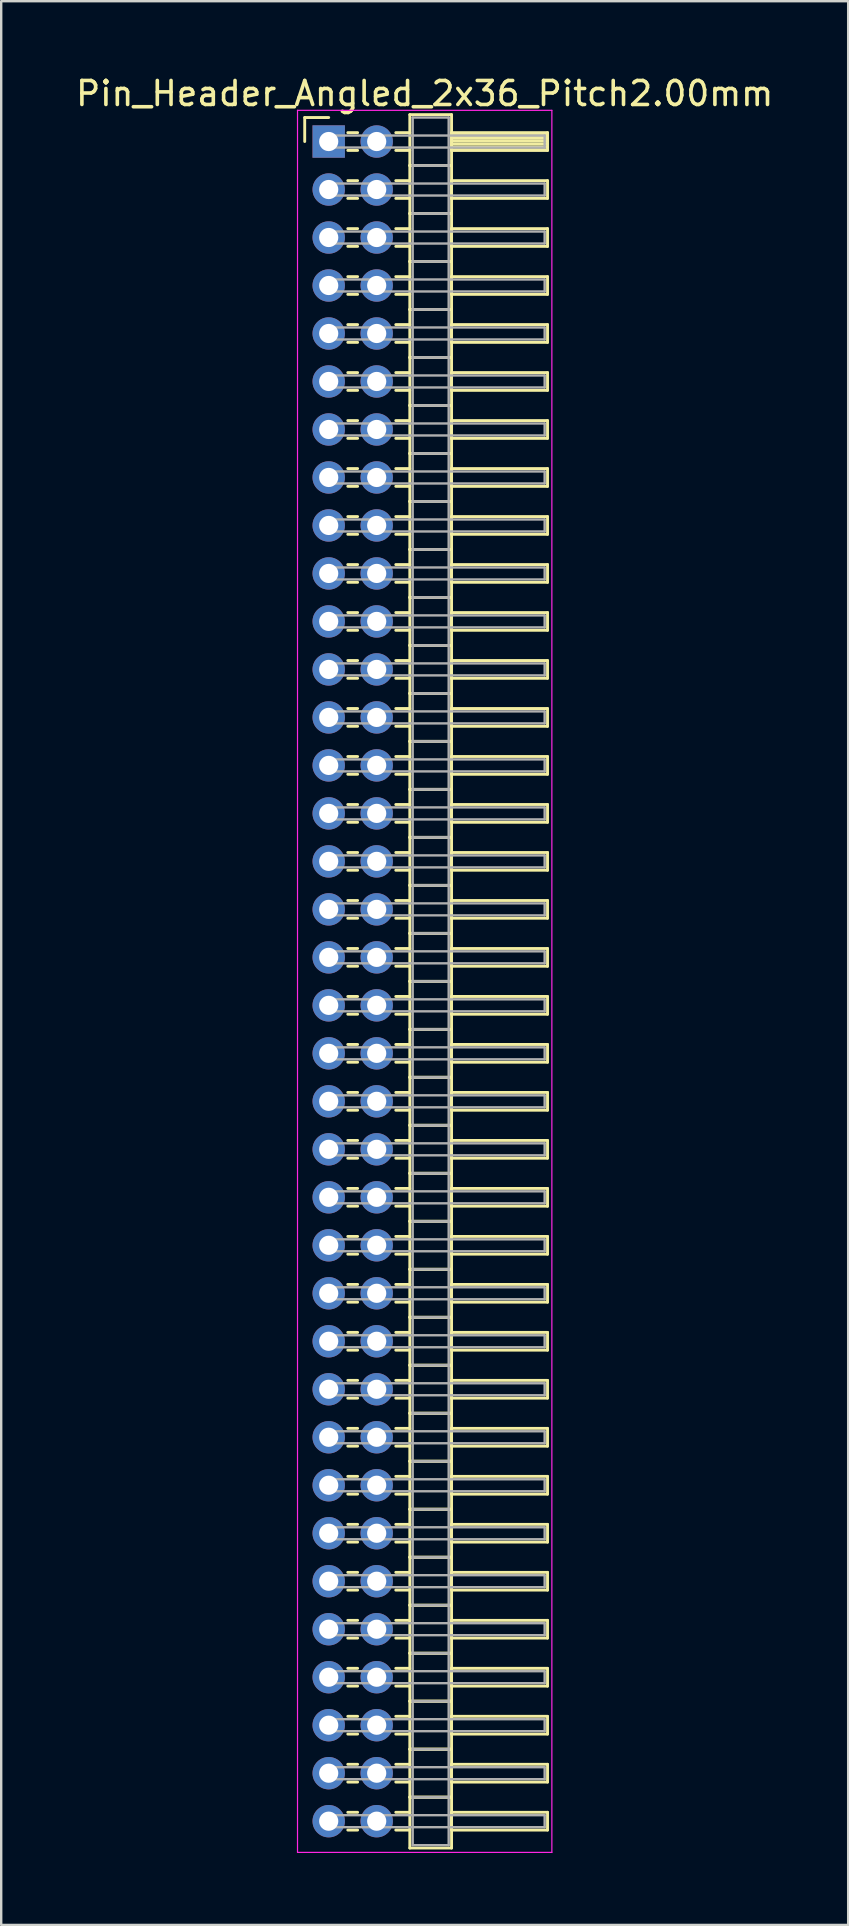
<source format=kicad_pcb>
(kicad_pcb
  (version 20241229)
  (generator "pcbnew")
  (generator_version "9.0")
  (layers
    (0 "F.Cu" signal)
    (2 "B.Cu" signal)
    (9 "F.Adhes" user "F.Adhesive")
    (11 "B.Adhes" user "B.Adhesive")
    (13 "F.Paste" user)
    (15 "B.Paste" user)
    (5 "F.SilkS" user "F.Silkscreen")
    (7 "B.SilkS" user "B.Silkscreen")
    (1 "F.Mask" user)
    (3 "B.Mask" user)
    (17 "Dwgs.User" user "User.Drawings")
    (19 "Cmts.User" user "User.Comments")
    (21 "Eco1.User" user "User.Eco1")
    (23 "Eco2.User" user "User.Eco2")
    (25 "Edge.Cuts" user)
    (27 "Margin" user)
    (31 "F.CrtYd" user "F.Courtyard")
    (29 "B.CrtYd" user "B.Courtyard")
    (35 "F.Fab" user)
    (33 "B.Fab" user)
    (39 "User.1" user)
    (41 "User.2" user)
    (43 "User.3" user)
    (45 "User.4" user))
  (footprint "Pin_Header_Angled_2x36_Pitch2.00mm"
    (layer "F.Cu")
    (at 10.649 2.848)
    (property "Reference" "Pin_Header_Angled_2x36_Pitch2.00mm" (at 4 -2 0) (layer "F.SilkS") (effects (font (size 1 1) (thickness 0.15))))
    (attr through_hole)
    (fp_line (start -1 -1) (end 0 -1) (stroke (width 0.12) (type solid)) (layer "F.SilkS"))
    (fp_line (start -1 0) (end -1 -1) (stroke (width 0.12) (type solid)) (layer "F.SilkS"))
    (fp_line (start 0.795 -0.37) (end 1.205 -0.37) (stroke (width 0.12) (type solid)) (layer "F.SilkS"))
    (fp_line (start 0.795 0.37) (end 1.205 0.37) (stroke (width 0.12) (type solid)) (layer "F.SilkS"))
    (fp_line (start 0.795 1.63) (end 1.205 1.63) (stroke (width 0.12) (type solid)) (layer "F.SilkS"))
    (fp_line (start 0.795 2.37) (end 1.205 2.37) (stroke (width 0.12) (type solid)) (layer "F.SilkS"))
    (fp_line (start 0.795 3.63) (end 1.205 3.63) (stroke (width 0.12) (type solid)) (layer "F.SilkS"))
    (fp_line (start 0.795 4.37) (end 1.205 4.37) (stroke (width 0.12) (type solid)) (layer "F.SilkS"))
    (fp_line (start 0.795 5.63) (end 1.205 5.63) (stroke (width 0.12) (type solid)) (layer "F.SilkS"))
    (fp_line (start 0.795 6.37) (end 1.205 6.37) (stroke (width 0.12) (type solid)) (layer "F.SilkS"))
    (fp_line (start 0.795 7.63) (end 1.205 7.63) (stroke (width 0.12) (type solid)) (layer "F.SilkS"))
    (fp_line (start 0.795 8.37) (end 1.205 8.37) (stroke (width 0.12) (type solid)) (layer "F.SilkS"))
    (fp_line (start 0.795 9.63) (end 1.205 9.63) (stroke (width 0.12) (type solid)) (layer "F.SilkS"))
    (fp_line (start 0.795 10.37) (end 1.205 10.37) (stroke (width 0.12) (type solid)) (layer "F.SilkS"))
    (fp_line (start 0.795 11.63) (end 1.205 11.63) (stroke (width 0.12) (type solid)) (layer "F.SilkS"))
    (fp_line (start 0.795 12.37) (end 1.205 12.37) (stroke (width 0.12) (type solid)) (layer "F.SilkS"))
    (fp_line (start 0.795 13.63) (end 1.205 13.63) (stroke (width 0.12) (type solid)) (layer "F.SilkS"))
    (fp_line (start 0.795 14.37) (end 1.205 14.37) (stroke (width 0.12) (type solid)) (layer "F.SilkS"))
    (fp_line (start 0.795 15.63) (end 1.205 15.63) (stroke (width 0.12) (type solid)) (layer "F.SilkS"))
    (fp_line (start 0.795 16.37) (end 1.205 16.37) (stroke (width 0.12) (type solid)) (layer "F.SilkS"))
    (fp_line (start 0.795 17.63) (end 1.205 17.63) (stroke (width 0.12) (type solid)) (layer "F.SilkS"))
    (fp_line (start 0.795 18.37) (end 1.205 18.37) (stroke (width 0.12) (type solid)) (layer "F.SilkS"))
    (fp_line (start 0.795 19.63) (end 1.205 19.63) (stroke (width 0.12) (type solid)) (layer "F.SilkS"))
    (fp_line (start 0.795 20.37) (end 1.205 20.37) (stroke (width 0.12) (type solid)) (layer "F.SilkS"))
    (fp_line (start 0.795 21.63) (end 1.205 21.63) (stroke (width 0.12) (type solid)) (layer "F.SilkS"))
    (fp_line (start 0.795 22.37) (end 1.205 22.37) (stroke (width 0.12) (type solid)) (layer "F.SilkS"))
    (fp_line (start 0.795 23.63) (end 1.205 23.63) (stroke (width 0.12) (type solid)) (layer "F.SilkS"))
    (fp_line (start 0.795 24.37) (end 1.205 24.37) (stroke (width 0.12) (type solid)) (layer "F.SilkS"))
    (fp_line (start 0.795 25.63) (end 1.205 25.63) (stroke (width 0.12) (type solid)) (layer "F.SilkS"))
    (fp_line (start 0.795 26.37) (end 1.205 26.37) (stroke (width 0.12) (type solid)) (layer "F.SilkS"))
    (fp_line (start 0.795 27.63) (end 1.205 27.63) (stroke (width 0.12) (type solid)) (layer "F.SilkS"))
    (fp_line (start 0.795 28.37) (end 1.205 28.37) (stroke (width 0.12) (type solid)) (layer "F.SilkS"))
    (fp_line (start 0.795 29.63) (end 1.205 29.63) (stroke (width 0.12) (type solid)) (layer "F.SilkS"))
    (fp_line (start 0.795 30.37) (end 1.205 30.37) (stroke (width 0.12) (type solid)) (layer "F.SilkS"))
    (fp_line (start 0.795 31.63) (end 1.205 31.63) (stroke (width 0.12) (type solid)) (layer "F.SilkS"))
    (fp_line (start 0.795 32.37) (end 1.205 32.37) (stroke (width 0.12) (type solid)) (layer "F.SilkS"))
    (fp_line (start 0.795 33.63) (end 1.205 33.63) (stroke (width 0.12) (type solid)) (layer "F.SilkS"))
    (fp_line (start 0.795 34.37) (end 1.205 34.37) (stroke (width 0.12) (type solid)) (layer "F.SilkS"))
    (fp_line (start 0.795 35.63) (end 1.205 35.63) (stroke (width 0.12) (type solid)) (layer "F.SilkS"))
    (fp_line (start 0.795 36.37) (end 1.205 36.37) (stroke (width 0.12) (type solid)) (layer "F.SilkS"))
    (fp_line (start 0.795 37.63) (end 1.205 37.63) (stroke (width 0.12) (type solid)) (layer "F.SilkS"))
    (fp_line (start 0.795 38.37) (end 1.205 38.37) (stroke (width 0.12) (type solid)) (layer "F.SilkS"))
    (fp_line (start 0.795 39.63) (end 1.205 39.63) (stroke (width 0.12) (type solid)) (layer "F.SilkS"))
    (fp_line (start 0.795 40.37) (end 1.205 40.37) (stroke (width 0.12) (type solid)) (layer "F.SilkS"))
    (fp_line (start 0.795 41.63) (end 1.205 41.63) (stroke (width 0.12) (type solid)) (layer "F.SilkS"))
    (fp_line (start 0.795 42.37) (end 1.205 42.37) (stroke (width 0.12) (type solid)) (layer "F.SilkS"))
    (fp_line (start 0.795 43.63) (end 1.205 43.63) (stroke (width 0.12) (type solid)) (layer "F.SilkS"))
    (fp_line (start 0.795 44.37) (end 1.205 44.37) (stroke (width 0.12) (type solid)) (layer "F.SilkS"))
    (fp_line (start 0.795 45.63) (end 1.205 45.63) (stroke (width 0.12) (type solid)) (layer "F.SilkS"))
    (fp_line (start 0.795 46.37) (end 1.205 46.37) (stroke (width 0.12) (type solid)) (layer "F.SilkS"))
    (fp_line (start 0.795 47.63) (end 1.205 47.63) (stroke (width 0.12) (type solid)) (layer "F.SilkS"))
    (fp_line (start 0.795 48.37) (end 1.205 48.37) (stroke (width 0.12) (type solid)) (layer "F.SilkS"))
    (fp_line (start 0.795 49.63) (end 1.205 49.63) (stroke (width 0.12) (type solid)) (layer "F.SilkS"))
    (fp_line (start 0.795 50.37) (end 1.205 50.37) (stroke (width 0.12) (type solid)) (layer "F.SilkS"))
    (fp_line (start 0.795 51.63) (end 1.205 51.63) (stroke (width 0.12) (type solid)) (layer "F.SilkS"))
    (fp_line (start 0.795 52.37) (end 1.205 52.37) (stroke (width 0.12) (type solid)) (layer "F.SilkS"))
    (fp_line (start 0.795 53.63) (end 1.205 53.63) (stroke (width 0.12) (type solid)) (layer "F.SilkS"))
    (fp_line (start 0.795 54.37) (end 1.205 54.37) (stroke (width 0.12) (type solid)) (layer "F.SilkS"))
    (fp_line (start 0.795 55.63) (end 1.205 55.63) (stroke (width 0.12) (type solid)) (layer "F.SilkS"))
    (fp_line (start 0.795 56.37) (end 1.205 56.37) (stroke (width 0.12) (type solid)) (layer "F.SilkS"))
    (fp_line (start 0.795 57.63) (end 1.205 57.63) (stroke (width 0.12) (type solid)) (layer "F.SilkS"))
    (fp_line (start 0.795 58.37) (end 1.205 58.37) (stroke (width 0.12) (type solid)) (layer "F.SilkS"))
    (fp_line (start 0.795 59.63) (end 1.205 59.63) (stroke (width 0.12) (type solid)) (layer "F.SilkS"))
    (fp_line (start 0.795 60.37) (end 1.205 60.37) (stroke (width 0.12) (type solid)) (layer "F.SilkS"))
    (fp_line (start 0.795 61.63) (end 1.205 61.63) (stroke (width 0.12) (type solid)) (layer "F.SilkS"))
    (fp_line (start 0.795 62.37) (end 1.205 62.37) (stroke (width 0.12) (type solid)) (layer "F.SilkS"))
    (fp_line (start 0.795 63.63) (end 1.205 63.63) (stroke (width 0.12) (type solid)) (layer "F.SilkS"))
    (fp_line (start 0.795 64.37) (end 1.205 64.37) (stroke (width 0.12) (type solid)) (layer "F.SilkS"))
    (fp_line (start 0.795 65.63) (end 1.205 65.63) (stroke (width 0.12) (type solid)) (layer "F.SilkS"))
    (fp_line (start 0.795 66.37) (end 1.205 66.37) (stroke (width 0.12) (type solid)) (layer "F.SilkS"))
    (fp_line (start 0.795 67.63) (end 1.205 67.63) (stroke (width 0.12) (type solid)) (layer "F.SilkS"))
    (fp_line (start 0.795 68.37) (end 1.205 68.37) (stroke (width 0.12) (type solid)) (layer "F.SilkS"))
    (fp_line (start 0.795 69.63) (end 1.205 69.63) (stroke (width 0.12) (type solid)) (layer "F.SilkS"))
    (fp_line (start 0.795 70.37) (end 1.205 70.37) (stroke (width 0.12) (type solid)) (layer "F.SilkS"))
    (fp_line (start 2.795 -0.37) (end 3.38 -0.37) (stroke (width 0.12) (type solid)) (layer "F.SilkS"))
    (fp_line (start 2.795 0.37) (end 3.38 0.37) (stroke (width 0.12) (type solid)) (layer "F.SilkS"))
    (fp_line (start 2.795 1.63) (end 3.38 1.63) (stroke (width 0.12) (type solid)) (layer "F.SilkS"))
    (fp_line (start 2.795 2.37) (end 3.38 2.37) (stroke (width 0.12) (type solid)) (layer "F.SilkS"))
    (fp_line (start 2.795 3.63) (end 3.38 3.63) (stroke (width 0.12) (type solid)) (layer "F.SilkS"))
    (fp_line (start 2.795 4.37) (end 3.38 4.37) (stroke (width 0.12) (type solid)) (layer "F.SilkS"))
    (fp_line (start 2.795 5.63) (end 3.38 5.63) (stroke (width 0.12) (type solid)) (layer "F.SilkS"))
    (fp_line (start 2.795 6.37) (end 3.38 6.37) (stroke (width 0.12) (type solid)) (layer "F.SilkS"))
    (fp_line (start 2.795 7.63) (end 3.38 7.63) (stroke (width 0.12) (type solid)) (layer "F.SilkS"))
    (fp_line (start 2.795 8.37) (end 3.38 8.37) (stroke (width 0.12) (type solid)) (layer "F.SilkS"))
    (fp_line (start 2.795 9.63) (end 3.38 9.63) (stroke (width 0.12) (type solid)) (layer "F.SilkS"))
    (fp_line (start 2.795 10.37) (end 3.38 10.37) (stroke (width 0.12) (type solid)) (layer "F.SilkS"))
    (fp_line (start 2.795 11.63) (end 3.38 11.63) (stroke (width 0.12) (type solid)) (layer "F.SilkS"))
    (fp_line (start 2.795 12.37) (end 3.38 12.37) (stroke (width 0.12) (type solid)) (layer "F.SilkS"))
    (fp_line (start 2.795 13.63) (end 3.38 13.63) (stroke (width 0.12) (type solid)) (layer "F.SilkS"))
    (fp_line (start 2.795 14.37) (end 3.38 14.37) (stroke (width 0.12) (type solid)) (layer "F.SilkS"))
    (fp_line (start 2.795 15.63) (end 3.38 15.63) (stroke (width 0.12) (type solid)) (layer "F.SilkS"))
    (fp_line (start 2.795 16.37) (end 3.38 16.37) (stroke (width 0.12) (type solid)) (layer "F.SilkS"))
    (fp_line (start 2.795 17.63) (end 3.38 17.63) (stroke (width 0.12) (type solid)) (layer "F.SilkS"))
    (fp_line (start 2.795 18.37) (end 3.38 18.37) (stroke (width 0.12) (type solid)) (layer "F.SilkS"))
    (fp_line (start 2.795 19.63) (end 3.38 19.63) (stroke (width 0.12) (type solid)) (layer "F.SilkS"))
    (fp_line (start 2.795 20.37) (end 3.38 20.37) (stroke (width 0.12) (type solid)) (layer "F.SilkS"))
    (fp_line (start 2.795 21.63) (end 3.38 21.63) (stroke (width 0.12) (type solid)) (layer "F.SilkS"))
    (fp_line (start 2.795 22.37) (end 3.38 22.37) (stroke (width 0.12) (type solid)) (layer "F.SilkS"))
    (fp_line (start 2.795 23.63) (end 3.38 23.63) (stroke (width 0.12) (type solid)) (layer "F.SilkS"))
    (fp_line (start 2.795 24.37) (end 3.38 24.37) (stroke (width 0.12) (type solid)) (layer "F.SilkS"))
    (fp_line (start 2.795 25.63) (end 3.38 25.63) (stroke (width 0.12) (type solid)) (layer "F.SilkS"))
    (fp_line (start 2.795 26.37) (end 3.38 26.37) (stroke (width 0.12) (type solid)) (layer "F.SilkS"))
    (fp_line (start 2.795 27.63) (end 3.38 27.63) (stroke (width 0.12) (type solid)) (layer "F.SilkS"))
    (fp_line (start 2.795 28.37) (end 3.38 28.37) (stroke (width 0.12) (type solid)) (layer "F.SilkS"))
    (fp_line (start 2.795 29.63) (end 3.38 29.63) (stroke (width 0.12) (type solid)) (layer "F.SilkS"))
    (fp_line (start 2.795 30.37) (end 3.38 30.37) (stroke (width 0.12) (type solid)) (layer "F.SilkS"))
    (fp_line (start 2.795 31.63) (end 3.38 31.63) (stroke (width 0.12) (type solid)) (layer "F.SilkS"))
    (fp_line (start 2.795 32.37) (end 3.38 32.37) (stroke (width 0.12) (type solid)) (layer "F.SilkS"))
    (fp_line (start 2.795 33.63) (end 3.38 33.63) (stroke (width 0.12) (type solid)) (layer "F.SilkS"))
    (fp_line (start 2.795 34.37) (end 3.38 34.37) (stroke (width 0.12) (type solid)) (layer "F.SilkS"))
    (fp_line (start 2.795 35.63) (end 3.38 35.63) (stroke (width 0.12) (type solid)) (layer "F.SilkS"))
    (fp_line (start 2.795 36.37) (end 3.38 36.37) (stroke (width 0.12) (type solid)) (layer "F.SilkS"))
    (fp_line (start 2.795 37.63) (end 3.38 37.63) (stroke (width 0.12) (type solid)) (layer "F.SilkS"))
    (fp_line (start 2.795 38.37) (end 3.38 38.37) (stroke (width 0.12) (type solid)) (layer "F.SilkS"))
    (fp_line (start 2.795 39.63) (end 3.38 39.63) (stroke (width 0.12) (type solid)) (layer "F.SilkS"))
    (fp_line (start 2.795 40.37) (end 3.38 40.37) (stroke (width 0.12) (type solid)) (layer "F.SilkS"))
    (fp_line (start 2.795 41.63) (end 3.38 41.63) (stroke (width 0.12) (type solid)) (layer "F.SilkS"))
    (fp_line (start 2.795 42.37) (end 3.38 42.37) (stroke (width 0.12) (type solid)) (layer "F.SilkS"))
    (fp_line (start 2.795 43.63) (end 3.38 43.63) (stroke (width 0.12) (type solid)) (layer "F.SilkS"))
    (fp_line (start 2.795 44.37) (end 3.38 44.37) (stroke (width 0.12) (type solid)) (layer "F.SilkS"))
    (fp_line (start 2.795 45.63) (end 3.38 45.63) (stroke (width 0.12) (type solid)) (layer "F.SilkS"))
    (fp_line (start 2.795 46.37) (end 3.38 46.37) (stroke (width 0.12) (type solid)) (layer "F.SilkS"))
    (fp_line (start 2.795 47.63) (end 3.38 47.63) (stroke (width 0.12) (type solid)) (layer "F.SilkS"))
    (fp_line (start 2.795 48.37) (end 3.38 48.37) (stroke (width 0.12) (type solid)) (layer "F.SilkS"))
    (fp_line (start 2.795 49.63) (end 3.38 49.63) (stroke (width 0.12) (type solid)) (layer "F.SilkS"))
    (fp_line (start 2.795 50.37) (end 3.38 50.37) (stroke (width 0.12) (type solid)) (layer "F.SilkS"))
    (fp_line (start 2.795 51.63) (end 3.38 51.63) (stroke (width 0.12) (type solid)) (layer "F.SilkS"))
    (fp_line (start 2.795 52.37) (end 3.38 52.37) (stroke (width 0.12) (type solid)) (layer "F.SilkS"))
    (fp_line (start 2.795 53.63) (end 3.38 53.63) (stroke (width 0.12) (type solid)) (layer "F.SilkS"))
    (fp_line (start 2.795 54.37) (end 3.38 54.37) (stroke (width 0.12) (type solid)) (layer "F.SilkS"))
    (fp_line (start 2.795 55.63) (end 3.38 55.63) (stroke (width 0.12) (type solid)) (layer "F.SilkS"))
    (fp_line (start 2.795 56.37) (end 3.38 56.37) (stroke (width 0.12) (type solid)) (layer "F.SilkS"))
    (fp_line (start 2.795 57.63) (end 3.38 57.63) (stroke (width 0.12) (type solid)) (layer "F.SilkS"))
    (fp_line (start 2.795 58.37) (end 3.38 58.37) (stroke (width 0.12) (type solid)) (layer "F.SilkS"))
    (fp_line (start 2.795 59.63) (end 3.38 59.63) (stroke (width 0.12) (type solid)) (layer "F.SilkS"))
    (fp_line (start 2.795 60.37) (end 3.38 60.37) (stroke (width 0.12) (type solid)) (layer "F.SilkS"))
    (fp_line (start 2.795 61.63) (end 3.38 61.63) (stroke (width 0.12) (type solid)) (layer "F.SilkS"))
    (fp_line (start 2.795 62.37) (end 3.38 62.37) (stroke (width 0.12) (type solid)) (layer "F.SilkS"))
    (fp_line (start 2.795 63.63) (end 3.38 63.63) (stroke (width 0.12) (type solid)) (layer "F.SilkS"))
    (fp_line (start 2.795 64.37) (end 3.38 64.37) (stroke (width 0.12) (type solid)) (layer "F.SilkS"))
    (fp_line (start 2.795 65.63) (end 3.38 65.63) (stroke (width 0.12) (type solid)) (layer "F.SilkS"))
    (fp_line (start 2.795 66.37) (end 3.38 66.37) (stroke (width 0.12) (type solid)) (layer "F.SilkS"))
    (fp_line (start 2.795 67.63) (end 3.38 67.63) (stroke (width 0.12) (type solid)) (layer "F.SilkS"))
    (fp_line (start 2.795 68.37) (end 3.38 68.37) (stroke (width 0.12) (type solid)) (layer "F.SilkS"))
    (fp_line (start 2.795 69.63) (end 3.38 69.63) (stroke (width 0.12) (type solid)) (layer "F.SilkS"))
    (fp_line (start 2.795 70.37) (end 3.38 70.37) (stroke (width 0.12) (type solid)) (layer "F.SilkS"))
    (fp_line (start 3.38 -1.12) (end 3.38 1) (stroke (width 0.12) (type solid)) (layer "F.SilkS"))
    (fp_line (start 3.38 1) (end 3.38 3) (stroke (width 0.12) (type solid)) (layer "F.SilkS"))
    (fp_line (start 3.38 1) (end 5.12 1) (stroke (width 0.12) (type solid)) (layer "F.SilkS"))
    (fp_line (start 3.38 3) (end 3.38 5) (stroke (width 0.12) (type solid)) (layer "F.SilkS"))
    (fp_line (start 3.38 3) (end 5.12 3) (stroke (width 0.12) (type solid)) (layer "F.SilkS"))
    (fp_line (start 3.38 5) (end 3.38 7) (stroke (width 0.12) (type solid)) (layer "F.SilkS"))
    (fp_line (start 3.38 5) (end 5.12 5) (stroke (width 0.12) (type solid)) (layer "F.SilkS"))
    (fp_line (start 3.38 7) (end 3.38 9) (stroke (width 0.12) (type solid)) (layer "F.SilkS"))
    (fp_line (start 3.38 7) (end 5.12 7) (stroke (width 0.12) (type solid)) (layer "F.SilkS"))
    (fp_line (start 3.38 9) (end 3.38 11) (stroke (width 0.12) (type solid)) (layer "F.SilkS"))
    (fp_line (start 3.38 9) (end 5.12 9) (stroke (width 0.12) (type solid)) (layer "F.SilkS"))
    (fp_line (start 3.38 11) (end 3.38 13) (stroke (width 0.12) (type solid)) (layer "F.SilkS"))
    (fp_line (start 3.38 11) (end 5.12 11) (stroke (width 0.12) (type solid)) (layer "F.SilkS"))
    (fp_line (start 3.38 13) (end 3.38 15) (stroke (width 0.12) (type solid)) (layer "F.SilkS"))
    (fp_line (start 3.38 13) (end 5.12 13) (stroke (width 0.12) (type solid)) (layer "F.SilkS"))
    (fp_line (start 3.38 15) (end 3.38 17) (stroke (width 0.12) (type solid)) (layer "F.SilkS"))
    (fp_line (start 3.38 15) (end 5.12 15) (stroke (width 0.12) (type solid)) (layer "F.SilkS"))
    (fp_line (start 3.38 17) (end 3.38 19) (stroke (width 0.12) (type solid)) (layer "F.SilkS"))
    (fp_line (start 3.38 17) (end 5.12 17) (stroke (width 0.12) (type solid)) (layer "F.SilkS"))
    (fp_line (start 3.38 19) (end 3.38 21) (stroke (width 0.12) (type solid)) (layer "F.SilkS"))
    (fp_line (start 3.38 19) (end 5.12 19) (stroke (width 0.12) (type solid)) (layer "F.SilkS"))
    (fp_line (start 3.38 21) (end 3.38 23) (stroke (width 0.12) (type solid)) (layer "F.SilkS"))
    (fp_line (start 3.38 21) (end 5.12 21) (stroke (width 0.12) (type solid)) (layer "F.SilkS"))
    (fp_line (start 3.38 23) (end 3.38 25) (stroke (width 0.12) (type solid)) (layer "F.SilkS"))
    (fp_line (start 3.38 23) (end 5.12 23) (stroke (width 0.12) (type solid)) (layer "F.SilkS"))
    (fp_line (start 3.38 25) (end 3.38 27) (stroke (width 0.12) (type solid)) (layer "F.SilkS"))
    (fp_line (start 3.38 25) (end 5.12 25) (stroke (width 0.12) (type solid)) (layer "F.SilkS"))
    (fp_line (start 3.38 27) (end 3.38 29) (stroke (width 0.12) (type solid)) (layer "F.SilkS"))
    (fp_line (start 3.38 27) (end 5.12 27) (stroke (width 0.12) (type solid)) (layer "F.SilkS"))
    (fp_line (start 3.38 29) (end 3.38 31) (stroke (width 0.12) (type solid)) (layer "F.SilkS"))
    (fp_line (start 3.38 29) (end 5.12 29) (stroke (width 0.12) (type solid)) (layer "F.SilkS"))
    (fp_line (start 3.38 31) (end 3.38 33) (stroke (width 0.12) (type solid)) (layer "F.SilkS"))
    (fp_line (start 3.38 31) (end 5.12 31) (stroke (width 0.12) (type solid)) (layer "F.SilkS"))
    (fp_line (start 3.38 33) (end 3.38 35) (stroke (width 0.12) (type solid)) (layer "F.SilkS"))
    (fp_line (start 3.38 33) (end 5.12 33) (stroke (width 0.12) (type solid)) (layer "F.SilkS"))
    (fp_line (start 3.38 35) (end 3.38 37) (stroke (width 0.12) (type solid)) (layer "F.SilkS"))
    (fp_line (start 3.38 35) (end 5.12 35) (stroke (width 0.12) (type solid)) (layer "F.SilkS"))
    (fp_line (start 3.38 37) (end 3.38 39) (stroke (width 0.12) (type solid)) (layer "F.SilkS"))
    (fp_line (start 3.38 37) (end 5.12 37) (stroke (width 0.12) (type solid)) (layer "F.SilkS"))
    (fp_line (start 3.38 39) (end 3.38 41) (stroke (width 0.12) (type solid)) (layer "F.SilkS"))
    (fp_line (start 3.38 39) (end 5.12 39) (stroke (width 0.12) (type solid)) (layer "F.SilkS"))
    (fp_line (start 3.38 41) (end 3.38 43) (stroke (width 0.12) (type solid)) (layer "F.SilkS"))
    (fp_line (start 3.38 41) (end 5.12 41) (stroke (width 0.12) (type solid)) (layer "F.SilkS"))
    (fp_line (start 3.38 43) (end 3.38 45) (stroke (width 0.12) (type solid)) (layer "F.SilkS"))
    (fp_line (start 3.38 43) (end 5.12 43) (stroke (width 0.12) (type solid)) (layer "F.SilkS"))
    (fp_line (start 3.38 45) (end 3.38 47) (stroke (width 0.12) (type solid)) (layer "F.SilkS"))
    (fp_line (start 3.38 45) (end 5.12 45) (stroke (width 0.12) (type solid)) (layer "F.SilkS"))
    (fp_line (start 3.38 47) (end 3.38 49) (stroke (width 0.12) (type solid)) (layer "F.SilkS"))
    (fp_line (start 3.38 47) (end 5.12 47) (stroke (width 0.12) (type solid)) (layer "F.SilkS"))
    (fp_line (start 3.38 49) (end 3.38 51) (stroke (width 0.12) (type solid)) (layer "F.SilkS"))
    (fp_line (start 3.38 49) (end 5.12 49) (stroke (width 0.12) (type solid)) (layer "F.SilkS"))
    (fp_line (start 3.38 51) (end 3.38 53) (stroke (width 0.12) (type solid)) (layer "F.SilkS"))
    (fp_line (start 3.38 51) (end 5.12 51) (stroke (width 0.12) (type solid)) (layer "F.SilkS"))
    (fp_line (start 3.38 53) (end 3.38 55) (stroke (width 0.12) (type solid)) (layer "F.SilkS"))
    (fp_line (start 3.38 53) (end 5.12 53) (stroke (width 0.12) (type solid)) (layer "F.SilkS"))
    (fp_line (start 3.38 55) (end 3.38 57) (stroke (width 0.12) (type solid)) (layer "F.SilkS"))
    (fp_line (start 3.38 55) (end 5.12 55) (stroke (width 0.12) (type solid)) (layer "F.SilkS"))
    (fp_line (start 3.38 57) (end 3.38 59) (stroke (width 0.12) (type solid)) (layer "F.SilkS"))
    (fp_line (start 3.38 57) (end 5.12 57) (stroke (width 0.12) (type solid)) (layer "F.SilkS"))
    (fp_line (start 3.38 59) (end 3.38 61) (stroke (width 0.12) (type solid)) (layer "F.SilkS"))
    (fp_line (start 3.38 59) (end 5.12 59) (stroke (width 0.12) (type solid)) (layer "F.SilkS"))
    (fp_line (start 3.38 61) (end 3.38 63) (stroke (width 0.12) (type solid)) (layer "F.SilkS"))
    (fp_line (start 3.38 61) (end 5.12 61) (stroke (width 0.12) (type solid)) (layer "F.SilkS"))
    (fp_line (start 3.38 63) (end 3.38 65) (stroke (width 0.12) (type solid)) (layer "F.SilkS"))
    (fp_line (start 3.38 63) (end 5.12 63) (stroke (width 0.12) (type solid)) (layer "F.SilkS"))
    (fp_line (start 3.38 65) (end 3.38 67) (stroke (width 0.12) (type solid)) (layer "F.SilkS"))
    (fp_line (start 3.38 65) (end 5.12 65) (stroke (width 0.12) (type solid)) (layer "F.SilkS"))
    (fp_line (start 3.38 67) (end 3.38 69) (stroke (width 0.12) (type solid)) (layer "F.SilkS"))
    (fp_line (start 3.38 67) (end 5.12 67) (stroke (width 0.12) (type solid)) (layer "F.SilkS"))
    (fp_line (start 3.38 69) (end 3.38 71.12) (stroke (width 0.12) (type solid)) (layer "F.SilkS"))
    (fp_line (start 3.38 69) (end 5.12 69) (stroke (width 0.12) (type solid)) (layer "F.SilkS"))
    (fp_line (start 3.38 71.12) (end 5.12 71.12) (stroke (width 0.12) (type solid)) (layer "F.SilkS"))
    (fp_line (start 5.12 -1.12) (end 3.38 -1.12) (stroke (width 0.12) (type solid)) (layer "F.SilkS"))
    (fp_line (start 5.12 -0.37) (end 5.12 0.37) (stroke (width 0.12) (type solid)) (layer "F.SilkS"))
    (fp_line (start 5.12 -0.25) (end 9.12 -0.25) (stroke (width 0.12) (type solid)) (layer "F.SilkS"))
    (fp_line (start 5.12 -0.13) (end 9.12 -0.13) (stroke (width 0.12) (type solid)) (layer "F.SilkS"))
    (fp_line (start 5.12 -0.01) (end 9.12 -0.01) (stroke (width 0.12) (type solid)) (layer "F.SilkS"))
    (fp_line (start 5.12 0.11) (end 9.12 0.11) (stroke (width 0.12) (type solid)) (layer "F.SilkS"))
    (fp_line (start 5.12 0.23) (end 9.12 0.23) (stroke (width 0.12) (type solid)) (layer "F.SilkS"))
    (fp_line (start 5.12 0.35) (end 9.12 0.35) (stroke (width 0.12) (type solid)) (layer "F.SilkS"))
    (fp_line (start 5.12 0.37) (end 9.12 0.37) (stroke (width 0.12) (type solid)) (layer "F.SilkS"))
    (fp_line (start 5.12 1) (end 3.38 1) (stroke (width 0.12) (type solid)) (layer "F.SilkS"))
    (fp_line (start 5.12 1) (end 5.12 -1.12) (stroke (width 0.12) (type solid)) (layer "F.SilkS"))
    (fp_line (start 5.12 1.63) (end 5.12 2.37) (stroke (width 0.12) (type solid)) (layer "F.SilkS"))
    (fp_line (start 5.12 2.37) (end 9.12 2.37) (stroke (width 0.12) (type solid)) (layer "F.SilkS"))
    (fp_line (start 5.12 3) (end 3.38 3) (stroke (width 0.12) (type solid)) (layer "F.SilkS"))
    (fp_line (start 5.12 3) (end 5.12 1) (stroke (width 0.12) (type solid)) (layer "F.SilkS"))
    (fp_line (start 5.12 3.63) (end 5.12 4.37) (stroke (width 0.12) (type solid)) (layer "F.SilkS"))
    (fp_line (start 5.12 4.37) (end 9.12 4.37) (stroke (width 0.12) (type solid)) (layer "F.SilkS"))
    (fp_line (start 5.12 5) (end 3.38 5) (stroke (width 0.12) (type solid)) (layer "F.SilkS"))
    (fp_line (start 5.12 5) (end 5.12 3) (stroke (width 0.12) (type solid)) (layer "F.SilkS"))
    (fp_line (start 5.12 5.63) (end 5.12 6.37) (stroke (width 0.12) (type solid)) (layer "F.SilkS"))
    (fp_line (start 5.12 6.37) (end 9.12 6.37) (stroke (width 0.12) (type solid)) (layer "F.SilkS"))
    (fp_line (start 5.12 7) (end 3.38 7) (stroke (width 0.12) (type solid)) (layer "F.SilkS"))
    (fp_line (start 5.12 7) (end 5.12 5) (stroke (width 0.12) (type solid)) (layer "F.SilkS"))
    (fp_line (start 5.12 7.63) (end 5.12 8.37) (stroke (width 0.12) (type solid)) (layer "F.SilkS"))
    (fp_line (start 5.12 8.37) (end 9.12 8.37) (stroke (width 0.12) (type solid)) (layer "F.SilkS"))
    (fp_line (start 5.12 9) (end 3.38 9) (stroke (width 0.12) (type solid)) (layer "F.SilkS"))
    (fp_line (start 5.12 9) (end 5.12 7) (stroke (width 0.12) (type solid)) (layer "F.SilkS"))
    (fp_line (start 5.12 9.63) (end 5.12 10.37) (stroke (width 0.12) (type solid)) (layer "F.SilkS"))
    (fp_line (start 5.12 10.37) (end 9.12 10.37) (stroke (width 0.12) (type solid)) (layer "F.SilkS"))
    (fp_line (start 5.12 11) (end 3.38 11) (stroke (width 0.12) (type solid)) (layer "F.SilkS"))
    (fp_line (start 5.12 11) (end 5.12 9) (stroke (width 0.12) (type solid)) (layer "F.SilkS"))
    (fp_line (start 5.12 11.63) (end 5.12 12.37) (stroke (width 0.12) (type solid)) (layer "F.SilkS"))
    (fp_line (start 5.12 12.37) (end 9.12 12.37) (stroke (width 0.12) (type solid)) (layer "F.SilkS"))
    (fp_line (start 5.12 13) (end 3.38 13) (stroke (width 0.12) (type solid)) (layer "F.SilkS"))
    (fp_line (start 5.12 13) (end 5.12 11) (stroke (width 0.12) (type solid)) (layer "F.SilkS"))
    (fp_line (start 5.12 13.63) (end 5.12 14.37) (stroke (width 0.12) (type solid)) (layer "F.SilkS"))
    (fp_line (start 5.12 14.37) (end 9.12 14.37) (stroke (width 0.12) (type solid)) (layer "F.SilkS"))
    (fp_line (start 5.12 15) (end 3.38 15) (stroke (width 0.12) (type solid)) (layer "F.SilkS"))
    (fp_line (start 5.12 15) (end 5.12 13) (stroke (width 0.12) (type solid)) (layer "F.SilkS"))
    (fp_line (start 5.12 15.63) (end 5.12 16.37) (stroke (width 0.12) (type solid)) (layer "F.SilkS"))
    (fp_line (start 5.12 16.37) (end 9.12 16.37) (stroke (width 0.12) (type solid)) (layer "F.SilkS"))
    (fp_line (start 5.12 17) (end 3.38 17) (stroke (width 0.12) (type solid)) (layer "F.SilkS"))
    (fp_line (start 5.12 17) (end 5.12 15) (stroke (width 0.12) (type solid)) (layer "F.SilkS"))
    (fp_line (start 5.12 17.63) (end 5.12 18.37) (stroke (width 0.12) (type solid)) (layer "F.SilkS"))
    (fp_line (start 5.12 18.37) (end 9.12 18.37) (stroke (width 0.12) (type solid)) (layer "F.SilkS"))
    (fp_line (start 5.12 19) (end 3.38 19) (stroke (width 0.12) (type solid)) (layer "F.SilkS"))
    (fp_line (start 5.12 19) (end 5.12 17) (stroke (width 0.12) (type solid)) (layer "F.SilkS"))
    (fp_line (start 5.12 19.63) (end 5.12 20.37) (stroke (width 0.12) (type solid)) (layer "F.SilkS"))
    (fp_line (start 5.12 20.37) (end 9.12 20.37) (stroke (width 0.12) (type solid)) (layer "F.SilkS"))
    (fp_line (start 5.12 21) (end 3.38 21) (stroke (width 0.12) (type solid)) (layer "F.SilkS"))
    (fp_line (start 5.12 21) (end 5.12 19) (stroke (width 0.12) (type solid)) (layer "F.SilkS"))
    (fp_line (start 5.12 21.63) (end 5.12 22.37) (stroke (width 0.12) (type solid)) (layer "F.SilkS"))
    (fp_line (start 5.12 22.37) (end 9.12 22.37) (stroke (width 0.12) (type solid)) (layer "F.SilkS"))
    (fp_line (start 5.12 23) (end 3.38 23) (stroke (width 0.12) (type solid)) (layer "F.SilkS"))
    (fp_line (start 5.12 23) (end 5.12 21) (stroke (width 0.12) (type solid)) (layer "F.SilkS"))
    (fp_line (start 5.12 23.63) (end 5.12 24.37) (stroke (width 0.12) (type solid)) (layer "F.SilkS"))
    (fp_line (start 5.12 24.37) (end 9.12 24.37) (stroke (width 0.12) (type solid)) (layer "F.SilkS"))
    (fp_line (start 5.12 25) (end 3.38 25) (stroke (width 0.12) (type solid)) (layer "F.SilkS"))
    (fp_line (start 5.12 25) (end 5.12 23) (stroke (width 0.12) (type solid)) (layer "F.SilkS"))
    (fp_line (start 5.12 25.63) (end 5.12 26.37) (stroke (width 0.12) (type solid)) (layer "F.SilkS"))
    (fp_line (start 5.12 26.37) (end 9.12 26.37) (stroke (width 0.12) (type solid)) (layer "F.SilkS"))
    (fp_line (start 5.12 27) (end 3.38 27) (stroke (width 0.12) (type solid)) (layer "F.SilkS"))
    (fp_line (start 5.12 27) (end 5.12 25) (stroke (width 0.12) (type solid)) (layer "F.SilkS"))
    (fp_line (start 5.12 27.63) (end 5.12 28.37) (stroke (width 0.12) (type solid)) (layer "F.SilkS"))
    (fp_line (start 5.12 28.37) (end 9.12 28.37) (stroke (width 0.12) (type solid)) (layer "F.SilkS"))
    (fp_line (start 5.12 29) (end 3.38 29) (stroke (width 0.12) (type solid)) (layer "F.SilkS"))
    (fp_line (start 5.12 29) (end 5.12 27) (stroke (width 0.12) (type solid)) (layer "F.SilkS"))
    (fp_line (start 5.12 29.63) (end 5.12 30.37) (stroke (width 0.12) (type solid)) (layer "F.SilkS"))
    (fp_line (start 5.12 30.37) (end 9.12 30.37) (stroke (width 0.12) (type solid)) (layer "F.SilkS"))
    (fp_line (start 5.12 31) (end 3.38 31) (stroke (width 0.12) (type solid)) (layer "F.SilkS"))
    (fp_line (start 5.12 31) (end 5.12 29) (stroke (width 0.12) (type solid)) (layer "F.SilkS"))
    (fp_line (start 5.12 31.63) (end 5.12 32.37) (stroke (width 0.12) (type solid)) (layer "F.SilkS"))
    (fp_line (start 5.12 32.37) (end 9.12 32.37) (stroke (width 0.12) (type solid)) (layer "F.SilkS"))
    (fp_line (start 5.12 33) (end 3.38 33) (stroke (width 0.12) (type solid)) (layer "F.SilkS"))
    (fp_line (start 5.12 33) (end 5.12 31) (stroke (width 0.12) (type solid)) (layer "F.SilkS"))
    (fp_line (start 5.12 33.63) (end 5.12 34.37) (stroke (width 0.12) (type solid)) (layer "F.SilkS"))
    (fp_line (start 5.12 34.37) (end 9.12 34.37) (stroke (width 0.12) (type solid)) (layer "F.SilkS"))
    (fp_line (start 5.12 35) (end 3.38 35) (stroke (width 0.12) (type solid)) (layer "F.SilkS"))
    (fp_line (start 5.12 35) (end 5.12 33) (stroke (width 0.12) (type solid)) (layer "F.SilkS"))
    (fp_line (start 5.12 35.63) (end 5.12 36.37) (stroke (width 0.12) (type solid)) (layer "F.SilkS"))
    (fp_line (start 5.12 36.37) (end 9.12 36.37) (stroke (width 0.12) (type solid)) (layer "F.SilkS"))
    (fp_line (start 5.12 37) (end 3.38 37) (stroke (width 0.12) (type solid)) (layer "F.SilkS"))
    (fp_line (start 5.12 37) (end 5.12 35) (stroke (width 0.12) (type solid)) (layer "F.SilkS"))
    (fp_line (start 5.12 37.63) (end 5.12 38.37) (stroke (width 0.12) (type solid)) (layer "F.SilkS"))
    (fp_line (start 5.12 38.37) (end 9.12 38.37) (stroke (width 0.12) (type solid)) (layer "F.SilkS"))
    (fp_line (start 5.12 39) (end 3.38 39) (stroke (width 0.12) (type solid)) (layer "F.SilkS"))
    (fp_line (start 5.12 39) (end 5.12 37) (stroke (width 0.12) (type solid)) (layer "F.SilkS"))
    (fp_line (start 5.12 39.63) (end 5.12 40.37) (stroke (width 0.12) (type solid)) (layer "F.SilkS"))
    (fp_line (start 5.12 40.37) (end 9.12 40.37) (stroke (width 0.12) (type solid)) (layer "F.SilkS"))
    (fp_line (start 5.12 41) (end 3.38 41) (stroke (width 0.12) (type solid)) (layer "F.SilkS"))
    (fp_line (start 5.12 41) (end 5.12 39) (stroke (width 0.12) (type solid)) (layer "F.SilkS"))
    (fp_line (start 5.12 41.63) (end 5.12 42.37) (stroke (width 0.12) (type solid)) (layer "F.SilkS"))
    (fp_line (start 5.12 42.37) (end 9.12 42.37) (stroke (width 0.12) (type solid)) (layer "F.SilkS"))
    (fp_line (start 5.12 43) (end 3.38 43) (stroke (width 0.12) (type solid)) (layer "F.SilkS"))
    (fp_line (start 5.12 43) (end 5.12 41) (stroke (width 0.12) (type solid)) (layer "F.SilkS"))
    (fp_line (start 5.12 43.63) (end 5.12 44.37) (stroke (width 0.12) (type solid)) (layer "F.SilkS"))
    (fp_line (start 5.12 44.37) (end 9.12 44.37) (stroke (width 0.12) (type solid)) (layer "F.SilkS"))
    (fp_line (start 5.12 45) (end 3.38 45) (stroke (width 0.12) (type solid)) (layer "F.SilkS"))
    (fp_line (start 5.12 45) (end 5.12 43) (stroke (width 0.12) (type solid)) (layer "F.SilkS"))
    (fp_line (start 5.12 45.63) (end 5.12 46.37) (stroke (width 0.12) (type solid)) (layer "F.SilkS"))
    (fp_line (start 5.12 46.37) (end 9.12 46.37) (stroke (width 0.12) (type solid)) (layer "F.SilkS"))
    (fp_line (start 5.12 47) (end 3.38 47) (stroke (width 0.12) (type solid)) (layer "F.SilkS"))
    (fp_line (start 5.12 47) (end 5.12 45) (stroke (width 0.12) (type solid)) (layer "F.SilkS"))
    (fp_line (start 5.12 47.63) (end 5.12 48.37) (stroke (width 0.12) (type solid)) (layer "F.SilkS"))
    (fp_line (start 5.12 48.37) (end 9.12 48.37) (stroke (width 0.12) (type solid)) (layer "F.SilkS"))
    (fp_line (start 5.12 49) (end 3.38 49) (stroke (width 0.12) (type solid)) (layer "F.SilkS"))
    (fp_line (start 5.12 49) (end 5.12 47) (stroke (width 0.12) (type solid)) (layer "F.SilkS"))
    (fp_line (start 5.12 49.63) (end 5.12 50.37) (stroke (width 0.12) (type solid)) (layer "F.SilkS"))
    (fp_line (start 5.12 50.37) (end 9.12 50.37) (stroke (width 0.12) (type solid)) (layer "F.SilkS"))
    (fp_line (start 5.12 51) (end 3.38 51) (stroke (width 0.12) (type solid)) (layer "F.SilkS"))
    (fp_line (start 5.12 51) (end 5.12 49) (stroke (width 0.12) (type solid)) (layer "F.SilkS"))
    (fp_line (start 5.12 51.63) (end 5.12 52.37) (stroke (width 0.12) (type solid)) (layer "F.SilkS"))
    (fp_line (start 5.12 52.37) (end 9.12 52.37) (stroke (width 0.12) (type solid)) (layer "F.SilkS"))
    (fp_line (start 5.12 53) (end 3.38 53) (stroke (width 0.12) (type solid)) (layer "F.SilkS"))
    (fp_line (start 5.12 53) (end 5.12 51) (stroke (width 0.12) (type solid)) (layer "F.SilkS"))
    (fp_line (start 5.12 53.63) (end 5.12 54.37) (stroke (width 0.12) (type solid)) (layer "F.SilkS"))
    (fp_line (start 5.12 54.37) (end 9.12 54.37) (stroke (width 0.12) (type solid)) (layer "F.SilkS"))
    (fp_line (start 5.12 55) (end 3.38 55) (stroke (width 0.12) (type solid)) (layer "F.SilkS"))
    (fp_line (start 5.12 55) (end 5.12 53) (stroke (width 0.12) (type solid)) (layer "F.SilkS"))
    (fp_line (start 5.12 55.63) (end 5.12 56.37) (stroke (width 0.12) (type solid)) (layer "F.SilkS"))
    (fp_line (start 5.12 56.37) (end 9.12 56.37) (stroke (width 0.12) (type solid)) (layer "F.SilkS"))
    (fp_line (start 5.12 57) (end 3.38 57) (stroke (width 0.12) (type solid)) (layer "F.SilkS"))
    (fp_line (start 5.12 57) (end 5.12 55) (stroke (width 0.12) (type solid)) (layer "F.SilkS"))
    (fp_line (start 5.12 57.63) (end 5.12 58.37) (stroke (width 0.12) (type solid)) (layer "F.SilkS"))
    (fp_line (start 5.12 58.37) (end 9.12 58.37) (stroke (width 0.12) (type solid)) (layer "F.SilkS"))
    (fp_line (start 5.12 59) (end 3.38 59) (stroke (width 0.12) (type solid)) (layer "F.SilkS"))
    (fp_line (start 5.12 59) (end 5.12 57) (stroke (width 0.12) (type solid)) (layer "F.SilkS"))
    (fp_line (start 5.12 59.63) (end 5.12 60.37) (stroke (width 0.12) (type solid)) (layer "F.SilkS"))
    (fp_line (start 5.12 60.37) (end 9.12 60.37) (stroke (width 0.12) (type solid)) (layer "F.SilkS"))
    (fp_line (start 5.12 61) (end 3.38 61) (stroke (width 0.12) (type solid)) (layer "F.SilkS"))
    (fp_line (start 5.12 61) (end 5.12 59) (stroke (width 0.12) (type solid)) (layer "F.SilkS"))
    (fp_line (start 5.12 61.63) (end 5.12 62.37) (stroke (width 0.12) (type solid)) (layer "F.SilkS"))
    (fp_line (start 5.12 62.37) (end 9.12 62.37) (stroke (width 0.12) (type solid)) (layer "F.SilkS"))
    (fp_line (start 5.12 63) (end 3.38 63) (stroke (width 0.12) (type solid)) (layer "F.SilkS"))
    (fp_line (start 5.12 63) (end 5.12 61) (stroke (width 0.12) (type solid)) (layer "F.SilkS"))
    (fp_line (start 5.12 63.63) (end 5.12 64.37) (stroke (width 0.12) (type solid)) (layer "F.SilkS"))
    (fp_line (start 5.12 64.37) (end 9.12 64.37) (stroke (width 0.12) (type solid)) (layer "F.SilkS"))
    (fp_line (start 5.12 65) (end 3.38 65) (stroke (width 0.12) (type solid)) (layer "F.SilkS"))
    (fp_line (start 5.12 65) (end 5.12 63) (stroke (width 0.12) (type solid)) (layer "F.SilkS"))
    (fp_line (start 5.12 65.63) (end 5.12 66.37) (stroke (width 0.12) (type solid)) (layer "F.SilkS"))
    (fp_line (start 5.12 66.37) (end 9.12 66.37) (stroke (width 0.12) (type solid)) (layer "F.SilkS"))
    (fp_line (start 5.12 67) (end 3.38 67) (stroke (width 0.12) (type solid)) (layer "F.SilkS"))
    (fp_line (start 5.12 67) (end 5.12 65) (stroke (width 0.12) (type solid)) (layer "F.SilkS"))
    (fp_line (start 5.12 67.63) (end 5.12 68.37) (stroke (width 0.12) (type solid)) (layer "F.SilkS"))
    (fp_line (start 5.12 68.37) (end 9.12 68.37) (stroke (width 0.12) (type solid)) (layer "F.SilkS"))
    (fp_line (start 5.12 69) (end 3.38 69) (stroke (width 0.12) (type solid)) (layer "F.SilkS"))
    (fp_line (start 5.12 69) (end 5.12 67) (stroke (width 0.12) (type solid)) (layer "F.SilkS"))
    (fp_line (start 5.12 69.63) (end 5.12 70.37) (stroke (width 0.12) (type solid)) (layer "F.SilkS"))
    (fp_line (start 5.12 70.37) (end 9.12 70.37) (stroke (width 0.12) (type solid)) (layer "F.SilkS"))
    (fp_line (start 5.12 71.12) (end 5.12 69) (stroke (width 0.12) (type solid)) (layer "F.SilkS"))
    (fp_line (start 9.12 -0.37) (end 5.12 -0.37) (stroke (width 0.12) (type solid)) (layer "F.SilkS"))
    (fp_line (start 9.12 0.37) (end 9.12 -0.37) (stroke (width 0.12) (type solid)) (layer "F.SilkS"))
    (fp_line (start 9.12 1.63) (end 5.12 1.63) (stroke (width 0.12) (type solid)) (layer "F.SilkS"))
    (fp_line (start 9.12 2.37) (end 9.12 1.63) (stroke (width 0.12) (type solid)) (layer "F.SilkS"))
    (fp_line (start 9.12 3.63) (end 5.12 3.63) (stroke (width 0.12) (type solid)) (layer "F.SilkS"))
    (fp_line (start 9.12 4.37) (end 9.12 3.63) (stroke (width 0.12) (type solid)) (layer "F.SilkS"))
    (fp_line (start 9.12 5.63) (end 5.12 5.63) (stroke (width 0.12) (type solid)) (layer "F.SilkS"))
    (fp_line (start 9.12 6.37) (end 9.12 5.63) (stroke (width 0.12) (type solid)) (layer "F.SilkS"))
    (fp_line (start 9.12 7.63) (end 5.12 7.63) (stroke (width 0.12) (type solid)) (layer "F.SilkS"))
    (fp_line (start 9.12 8.37) (end 9.12 7.63) (stroke (width 0.12) (type solid)) (layer "F.SilkS"))
    (fp_line (start 9.12 9.63) (end 5.12 9.63) (stroke (width 0.12) (type solid)) (layer "F.SilkS"))
    (fp_line (start 9.12 10.37) (end 9.12 9.63) (stroke (width 0.12) (type solid)) (layer "F.SilkS"))
    (fp_line (start 9.12 11.63) (end 5.12 11.63) (stroke (width 0.12) (type solid)) (layer "F.SilkS"))
    (fp_line (start 9.12 12.37) (end 9.12 11.63) (stroke (width 0.12) (type solid)) (layer "F.SilkS"))
    (fp_line (start 9.12 13.63) (end 5.12 13.63) (stroke (width 0.12) (type solid)) (layer "F.SilkS"))
    (fp_line (start 9.12 14.37) (end 9.12 13.63) (stroke (width 0.12) (type solid)) (layer "F.SilkS"))
    (fp_line (start 9.12 15.63) (end 5.12 15.63) (stroke (width 0.12) (type solid)) (layer "F.SilkS"))
    (fp_line (start 9.12 16.37) (end 9.12 15.63) (stroke (width 0.12) (type solid)) (layer "F.SilkS"))
    (fp_line (start 9.12 17.63) (end 5.12 17.63) (stroke (width 0.12) (type solid)) (layer "F.SilkS"))
    (fp_line (start 9.12 18.37) (end 9.12 17.63) (stroke (width 0.12) (type solid)) (layer "F.SilkS"))
    (fp_line (start 9.12 19.63) (end 5.12 19.63) (stroke (width 0.12) (type solid)) (layer "F.SilkS"))
    (fp_line (start 9.12 20.37) (end 9.12 19.63) (stroke (width 0.12) (type solid)) (layer "F.SilkS"))
    (fp_line (start 9.12 21.63) (end 5.12 21.63) (stroke (width 0.12) (type solid)) (layer "F.SilkS"))
    (fp_line (start 9.12 22.37) (end 9.12 21.63) (stroke (width 0.12) (type solid)) (layer "F.SilkS"))
    (fp_line (start 9.12 23.63) (end 5.12 23.63) (stroke (width 0.12) (type solid)) (layer "F.SilkS"))
    (fp_line (start 9.12 24.37) (end 9.12 23.63) (stroke (width 0.12) (type solid)) (layer "F.SilkS"))
    (fp_line (start 9.12 25.63) (end 5.12 25.63) (stroke (width 0.12) (type solid)) (layer "F.SilkS"))
    (fp_line (start 9.12 26.37) (end 9.12 25.63) (stroke (width 0.12) (type solid)) (layer "F.SilkS"))
    (fp_line (start 9.12 27.63) (end 5.12 27.63) (stroke (width 0.12) (type solid)) (layer "F.SilkS"))
    (fp_line (start 9.12 28.37) (end 9.12 27.63) (stroke (width 0.12) (type solid)) (layer "F.SilkS"))
    (fp_line (start 9.12 29.63) (end 5.12 29.63) (stroke (width 0.12) (type solid)) (layer "F.SilkS"))
    (fp_line (start 9.12 30.37) (end 9.12 29.63) (stroke (width 0.12) (type solid)) (layer "F.SilkS"))
    (fp_line (start 9.12 31.63) (end 5.12 31.63) (stroke (width 0.12) (type solid)) (layer "F.SilkS"))
    (fp_line (start 9.12 32.37) (end 9.12 31.63) (stroke (width 0.12) (type solid)) (layer "F.SilkS"))
    (fp_line (start 9.12 33.63) (end 5.12 33.63) (stroke (width 0.12) (type solid)) (layer "F.SilkS"))
    (fp_line (start 9.12 34.37) (end 9.12 33.63) (stroke (width 0.12) (type solid)) (layer "F.SilkS"))
    (fp_line (start 9.12 35.63) (end 5.12 35.63) (stroke (width 0.12) (type solid)) (layer "F.SilkS"))
    (fp_line (start 9.12 36.37) (end 9.12 35.63) (stroke (width 0.12) (type solid)) (layer "F.SilkS"))
    (fp_line (start 9.12 37.63) (end 5.12 37.63) (stroke (width 0.12) (type solid)) (layer "F.SilkS"))
    (fp_line (start 9.12 38.37) (end 9.12 37.63) (stroke (width 0.12) (type solid)) (layer "F.SilkS"))
    (fp_line (start 9.12 39.63) (end 5.12 39.63) (stroke (width 0.12) (type solid)) (layer "F.SilkS"))
    (fp_line (start 9.12 40.37) (end 9.12 39.63) (stroke (width 0.12) (type solid)) (layer "F.SilkS"))
    (fp_line (start 9.12 41.63) (end 5.12 41.63) (stroke (width 0.12) (type solid)) (layer "F.SilkS"))
    (fp_line (start 9.12 42.37) (end 9.12 41.63) (stroke (width 0.12) (type solid)) (layer "F.SilkS"))
    (fp_line (start 9.12 43.63) (end 5.12 43.63) (stroke (width 0.12) (type solid)) (layer "F.SilkS"))
    (fp_line (start 9.12 44.37) (end 9.12 43.63) (stroke (width 0.12) (type solid)) (layer "F.SilkS"))
    (fp_line (start 9.12 45.63) (end 5.12 45.63) (stroke (width 0.12) (type solid)) (layer "F.SilkS"))
    (fp_line (start 9.12 46.37) (end 9.12 45.63) (stroke (width 0.12) (type solid)) (layer "F.SilkS"))
    (fp_line (start 9.12 47.63) (end 5.12 47.63) (stroke (width 0.12) (type solid)) (layer "F.SilkS"))
    (fp_line (start 9.12 48.37) (end 9.12 47.63) (stroke (width 0.12) (type solid)) (layer "F.SilkS"))
    (fp_line (start 9.12 49.63) (end 5.12 49.63) (stroke (width 0.12) (type solid)) (layer "F.SilkS"))
    (fp_line (start 9.12 50.37) (end 9.12 49.63) (stroke (width 0.12) (type solid)) (layer "F.SilkS"))
    (fp_line (start 9.12 51.63) (end 5.12 51.63) (stroke (width 0.12) (type solid)) (layer "F.SilkS"))
    (fp_line (start 9.12 52.37) (end 9.12 51.63) (stroke (width 0.12) (type solid)) (layer "F.SilkS"))
    (fp_line (start 9.12 53.63) (end 5.12 53.63) (stroke (width 0.12) (type solid)) (layer "F.SilkS"))
    (fp_line (start 9.12 54.37) (end 9.12 53.63) (stroke (width 0.12) (type solid)) (layer "F.SilkS"))
    (fp_line (start 9.12 55.63) (end 5.12 55.63) (stroke (width 0.12) (type solid)) (layer "F.SilkS"))
    (fp_line (start 9.12 56.37) (end 9.12 55.63) (stroke (width 0.12) (type solid)) (layer "F.SilkS"))
    (fp_line (start 9.12 57.63) (end 5.12 57.63) (stroke (width 0.12) (type solid)) (layer "F.SilkS"))
    (fp_line (start 9.12 58.37) (end 9.12 57.63) (stroke (width 0.12) (type solid)) (layer "F.SilkS"))
    (fp_line (start 9.12 59.63) (end 5.12 59.63) (stroke (width 0.12) (type solid)) (layer "F.SilkS"))
    (fp_line (start 9.12 60.37) (end 9.12 59.63) (stroke (width 0.12) (type solid)) (layer "F.SilkS"))
    (fp_line (start 9.12 61.63) (end 5.12 61.63) (stroke (width 0.12) (type solid)) (layer "F.SilkS"))
    (fp_line (start 9.12 62.37) (end 9.12 61.63) (stroke (width 0.12) (type solid)) (layer "F.SilkS"))
    (fp_line (start 9.12 63.63) (end 5.12 63.63) (stroke (width 0.12) (type solid)) (layer "F.SilkS"))
    (fp_line (start 9.12 64.37) (end 9.12 63.63) (stroke (width 0.12) (type solid)) (layer "F.SilkS"))
    (fp_line (start 9.12 65.63) (end 5.12 65.63) (stroke (width 0.12) (type solid)) (layer "F.SilkS"))
    (fp_line (start 9.12 66.37) (end 9.12 65.63) (stroke (width 0.12) (type solid)) (layer "F.SilkS"))
    (fp_line (start 9.12 67.63) (end 5.12 67.63) (stroke (width 0.12) (type solid)) (layer "F.SilkS"))
    (fp_line (start 9.12 68.37) (end 9.12 67.63) (stroke (width 0.12) (type solid)) (layer "F.SilkS"))
    (fp_line (start 9.12 69.63) (end 5.12 69.63) (stroke (width 0.12) (type solid)) (layer "F.SilkS"))
    (fp_line (start 9.12 70.37) (end 9.12 69.63) (stroke (width 0.12) (type solid)) (layer "F.SilkS"))
    (fp_line (start -1.3 -1.3) (end -1.3 71.3) (stroke (width 0.05) (type solid)) (layer "F.CrtYd"))
    (fp_line (start -1.3 71.3) (end 9.3 71.3) (stroke (width 0.05) (type solid)) (layer "F.CrtYd"))
    (fp_line (start 9.3 -1.3) (end -1.3 -1.3) (stroke (width 0.05) (type solid)) (layer "F.CrtYd"))
    (fp_line (start 9.3 71.3) (end 9.3 -1.3) (stroke (width 0.05) (type solid)) (layer "F.CrtYd"))
    (fp_line (start 0 -0.25) (end 0 0.25) (stroke (width 0.1) (type solid)) (layer "F.Fab"))
    (fp_line (start 0 0.25) (end 9 0.25) (stroke (width 0.1) (type solid)) (layer "F.Fab"))
    (fp_line (start 0 1.75) (end 0 2.25) (stroke (width 0.1) (type solid)) (layer "F.Fab"))
    (fp_line (start 0 2.25) (end 9 2.25) (stroke (width 0.1) (type solid)) (layer "F.Fab"))
    (fp_line (start 0 3.75) (end 0 4.25) (stroke (width 0.1) (type solid)) (layer "F.Fab"))
    (fp_line (start 0 4.25) (end 9 4.25) (stroke (width 0.1) (type solid)) (layer "F.Fab"))
    (fp_line (start 0 5.75) (end 0 6.25) (stroke (width 0.1) (type solid)) (layer "F.Fab"))
    (fp_line (start 0 6.25) (end 9 6.25) (stroke (width 0.1) (type solid)) (layer "F.Fab"))
    (fp_line (start 0 7.75) (end 0 8.25) (stroke (width 0.1) (type solid)) (layer "F.Fab"))
    (fp_line (start 0 8.25) (end 9 8.25) (stroke (width 0.1) (type solid)) (layer "F.Fab"))
    (fp_line (start 0 9.75) (end 0 10.25) (stroke (width 0.1) (type solid)) (layer "F.Fab"))
    (fp_line (start 0 10.25) (end 9 10.25) (stroke (width 0.1) (type solid)) (layer "F.Fab"))
    (fp_line (start 0 11.75) (end 0 12.25) (stroke (width 0.1) (type solid)) (layer "F.Fab"))
    (fp_line (start 0 12.25) (end 9 12.25) (stroke (width 0.1) (type solid)) (layer "F.Fab"))
    (fp_line (start 0 13.75) (end 0 14.25) (stroke (width 0.1) (type solid)) (layer "F.Fab"))
    (fp_line (start 0 14.25) (end 9 14.25) (stroke (width 0.1) (type solid)) (layer "F.Fab"))
    (fp_line (start 0 15.75) (end 0 16.25) (stroke (width 0.1) (type solid)) (layer "F.Fab"))
    (fp_line (start 0 16.25) (end 9 16.25) (stroke (width 0.1) (type solid)) (layer "F.Fab"))
    (fp_line (start 0 17.75) (end 0 18.25) (stroke (width 0.1) (type solid)) (layer "F.Fab"))
    (fp_line (start 0 18.25) (end 9 18.25) (stroke (width 0.1) (type solid)) (layer "F.Fab"))
    (fp_line (start 0 19.75) (end 0 20.25) (stroke (width 0.1) (type solid)) (layer "F.Fab"))
    (fp_line (start 0 20.25) (end 9 20.25) (stroke (width 0.1) (type solid)) (layer "F.Fab"))
    (fp_line (start 0 21.75) (end 0 22.25) (stroke (width 0.1) (type solid)) (layer "F.Fab"))
    (fp_line (start 0 22.25) (end 9 22.25) (stroke (width 0.1) (type solid)) (layer "F.Fab"))
    (fp_line (start 0 23.75) (end 0 24.25) (stroke (width 0.1) (type solid)) (layer "F.Fab"))
    (fp_line (start 0 24.25) (end 9 24.25) (stroke (width 0.1) (type solid)) (layer "F.Fab"))
    (fp_line (start 0 25.75) (end 0 26.25) (stroke (width 0.1) (type solid)) (layer "F.Fab"))
    (fp_line (start 0 26.25) (end 9 26.25) (stroke (width 0.1) (type solid)) (layer "F.Fab"))
    (fp_line (start 0 27.75) (end 0 28.25) (stroke (width 0.1) (type solid)) (layer "F.Fab"))
    (fp_line (start 0 28.25) (end 9 28.25) (stroke (width 0.1) (type solid)) (layer "F.Fab"))
    (fp_line (start 0 29.75) (end 0 30.25) (stroke (width 0.1) (type solid)) (layer "F.Fab"))
    (fp_line (start 0 30.25) (end 9 30.25) (stroke (width 0.1) (type solid)) (layer "F.Fab"))
    (fp_line (start 0 31.75) (end 0 32.25) (stroke (width 0.1) (type solid)) (layer "F.Fab"))
    (fp_line (start 0 32.25) (end 9 32.25) (stroke (width 0.1) (type solid)) (layer "F.Fab"))
    (fp_line (start 0 33.75) (end 0 34.25) (stroke (width 0.1) (type solid)) (layer "F.Fab"))
    (fp_line (start 0 34.25) (end 9 34.25) (stroke (width 0.1) (type solid)) (layer "F.Fab"))
    (fp_line (start 0 35.75) (end 0 36.25) (stroke (width 0.1) (type solid)) (layer "F.Fab"))
    (fp_line (start 0 36.25) (end 9 36.25) (stroke (width 0.1) (type solid)) (layer "F.Fab"))
    (fp_line (start 0 37.75) (end 0 38.25) (stroke (width 0.1) (type solid)) (layer "F.Fab"))
    (fp_line (start 0 38.25) (end 9 38.25) (stroke (width 0.1) (type solid)) (layer "F.Fab"))
    (fp_line (start 0 39.75) (end 0 40.25) (stroke (width 0.1) (type solid)) (layer "F.Fab"))
    (fp_line (start 0 40.25) (end 9 40.25) (stroke (width 0.1) (type solid)) (layer "F.Fab"))
    (fp_line (start 0 41.75) (end 0 42.25) (stroke (width 0.1) (type solid)) (layer "F.Fab"))
    (fp_line (start 0 42.25) (end 9 42.25) (stroke (width 0.1) (type solid)) (layer "F.Fab"))
    (fp_line (start 0 43.75) (end 0 44.25) (stroke (width 0.1) (type solid)) (layer "F.Fab"))
    (fp_line (start 0 44.25) (end 9 44.25) (stroke (width 0.1) (type solid)) (layer "F.Fab"))
    (fp_line (start 0 45.75) (end 0 46.25) (stroke (width 0.1) (type solid)) (layer "F.Fab"))
    (fp_line (start 0 46.25) (end 9 46.25) (stroke (width 0.1) (type solid)) (layer "F.Fab"))
    (fp_line (start 0 47.75) (end 0 48.25) (stroke (width 0.1) (type solid)) (layer "F.Fab"))
    (fp_line (start 0 48.25) (end 9 48.25) (stroke (width 0.1) (type solid)) (layer "F.Fab"))
    (fp_line (start 0 49.75) (end 0 50.25) (stroke (width 0.1) (type solid)) (layer "F.Fab"))
    (fp_line (start 0 50.25) (end 9 50.25) (stroke (width 0.1) (type solid)) (layer "F.Fab"))
    (fp_line (start 0 51.75) (end 0 52.25) (stroke (width 0.1) (type solid)) (layer "F.Fab"))
    (fp_line (start 0 52.25) (end 9 52.25) (stroke (width 0.1) (type solid)) (layer "F.Fab"))
    (fp_line (start 0 53.75) (end 0 54.25) (stroke (width 0.1) (type solid)) (layer "F.Fab"))
    (fp_line (start 0 54.25) (end 9 54.25) (stroke (width 0.1) (type solid)) (layer "F.Fab"))
    (fp_line (start 0 55.75) (end 0 56.25) (stroke (width 0.1) (type solid)) (layer "F.Fab"))
    (fp_line (start 0 56.25) (end 9 56.25) (stroke (width 0.1) (type solid)) (layer "F.Fab"))
    (fp_line (start 0 57.75) (end 0 58.25) (stroke (width 0.1) (type solid)) (layer "F.Fab"))
    (fp_line (start 0 58.25) (end 9 58.25) (stroke (width 0.1) (type solid)) (layer "F.Fab"))
    (fp_line (start 0 59.75) (end 0 60.25) (stroke (width 0.1) (type solid)) (layer "F.Fab"))
    (fp_line (start 0 60.25) (end 9 60.25) (stroke (width 0.1) (type solid)) (layer "F.Fab"))
    (fp_line (start 0 61.75) (end 0 62.25) (stroke (width 0.1) (type solid)) (layer "F.Fab"))
    (fp_line (start 0 62.25) (end 9 62.25) (stroke (width 0.1) (type solid)) (layer "F.Fab"))
    (fp_line (start 0 63.75) (end 0 64.25) (stroke (width 0.1) (type solid)) (layer "F.Fab"))
    (fp_line (start 0 64.25) (end 9 64.25) (stroke (width 0.1) (type solid)) (layer "F.Fab"))
    (fp_line (start 0 65.75) (end 0 66.25) (stroke (width 0.1) (type solid)) (layer "F.Fab"))
    (fp_line (start 0 66.25) (end 9 66.25) (stroke (width 0.1) (type solid)) (layer "F.Fab"))
    (fp_line (start 0 67.75) (end 0 68.25) (stroke (width 0.1) (type solid)) (layer "F.Fab"))
    (fp_line (start 0 68.25) (end 9 68.25) (stroke (width 0.1) (type solid)) (layer "F.Fab"))
    (fp_line (start 0 69.75) (end 0 70.25) (stroke (width 0.1) (type solid)) (layer "F.Fab"))
    (fp_line (start 0 70.25) (end 9 70.25) (stroke (width 0.1) (type solid)) (layer "F.Fab"))
    (fp_line (start 3.5 -1) (end 3.5 1) (stroke (width 0.1) (type solid)) (layer "F.Fab"))
    (fp_line (start 3.5 1) (end 3.5 3) (stroke (width 0.1) (type solid)) (layer "F.Fab"))
    (fp_line (start 3.5 1) (end 5 1) (stroke (width 0.1) (type solid)) (layer "F.Fab"))
    (fp_line (start 3.5 3) (end 3.5 5) (stroke (width 0.1) (type solid)) (layer "F.Fab"))
    (fp_line (start 3.5 3) (end 5 3) (stroke (width 0.1) (type solid)) (layer "F.Fab"))
    (fp_line (start 3.5 5) (end 3.5 7) (stroke (width 0.1) (type solid)) (layer "F.Fab"))
    (fp_line (start 3.5 5) (end 5 5) (stroke (width 0.1) (type solid)) (layer "F.Fab"))
    (fp_line (start 3.5 7) (end 3.5 9) (stroke (width 0.1) (type solid)) (layer "F.Fab"))
    (fp_line (start 3.5 7) (end 5 7) (stroke (width 0.1) (type solid)) (layer "F.Fab"))
    (fp_line (start 3.5 9) (end 3.5 11) (stroke (width 0.1) (type solid)) (layer "F.Fab"))
    (fp_line (start 3.5 9) (end 5 9) (stroke (width 0.1) (type solid)) (layer "F.Fab"))
    (fp_line (start 3.5 11) (end 3.5 13) (stroke (width 0.1) (type solid)) (layer "F.Fab"))
    (fp_line (start 3.5 11) (end 5 11) (stroke (width 0.1) (type solid)) (layer "F.Fab"))
    (fp_line (start 3.5 13) (end 3.5 15) (stroke (width 0.1) (type solid)) (layer "F.Fab"))
    (fp_line (start 3.5 13) (end 5 13) (stroke (width 0.1) (type solid)) (layer "F.Fab"))
    (fp_line (start 3.5 15) (end 3.5 17) (stroke (width 0.1) (type solid)) (layer "F.Fab"))
    (fp_line (start 3.5 15) (end 5 15) (stroke (width 0.1) (type solid)) (layer "F.Fab"))
    (fp_line (start 3.5 17) (end 3.5 19) (stroke (width 0.1) (type solid)) (layer "F.Fab"))
    (fp_line (start 3.5 17) (end 5 17) (stroke (width 0.1) (type solid)) (layer "F.Fab"))
    (fp_line (start 3.5 19) (end 3.5 21) (stroke (width 0.1) (type solid)) (layer "F.Fab"))
    (fp_line (start 3.5 19) (end 5 19) (stroke (width 0.1) (type solid)) (layer "F.Fab"))
    (fp_line (start 3.5 21) (end 3.5 23) (stroke (width 0.1) (type solid)) (layer "F.Fab"))
    (fp_line (start 3.5 21) (end 5 21) (stroke (width 0.1) (type solid)) (layer "F.Fab"))
    (fp_line (start 3.5 23) (end 3.5 25) (stroke (width 0.1) (type solid)) (layer "F.Fab"))
    (fp_line (start 3.5 23) (end 5 23) (stroke (width 0.1) (type solid)) (layer "F.Fab"))
    (fp_line (start 3.5 25) (end 3.5 27) (stroke (width 0.1) (type solid)) (layer "F.Fab"))
    (fp_line (start 3.5 25) (end 5 25) (stroke (width 0.1) (type solid)) (layer "F.Fab"))
    (fp_line (start 3.5 27) (end 3.5 29) (stroke (width 0.1) (type solid)) (layer "F.Fab"))
    (fp_line (start 3.5 27) (end 5 27) (stroke (width 0.1) (type solid)) (layer "F.Fab"))
    (fp_line (start 3.5 29) (end 3.5 31) (stroke (width 0.1) (type solid)) (layer "F.Fab"))
    (fp_line (start 3.5 29) (end 5 29) (stroke (width 0.1) (type solid)) (layer "F.Fab"))
    (fp_line (start 3.5 31) (end 3.5 33) (stroke (width 0.1) (type solid)) (layer "F.Fab"))
    (fp_line (start 3.5 31) (end 5 31) (stroke (width 0.1) (type solid)) (layer "F.Fab"))
    (fp_line (start 3.5 33) (end 3.5 35) (stroke (width 0.1) (type solid)) (layer "F.Fab"))
    (fp_line (start 3.5 33) (end 5 33) (stroke (width 0.1) (type solid)) (layer "F.Fab"))
    (fp_line (start 3.5 35) (end 3.5 37) (stroke (width 0.1) (type solid)) (layer "F.Fab"))
    (fp_line (start 3.5 35) (end 5 35) (stroke (width 0.1) (type solid)) (layer "F.Fab"))
    (fp_line (start 3.5 37) (end 3.5 39) (stroke (width 0.1) (type solid)) (layer "F.Fab"))
    (fp_line (start 3.5 37) (end 5 37) (stroke (width 0.1) (type solid)) (layer "F.Fab"))
    (fp_line (start 3.5 39) (end 3.5 41) (stroke (width 0.1) (type solid)) (layer "F.Fab"))
    (fp_line (start 3.5 39) (end 5 39) (stroke (width 0.1) (type solid)) (layer "F.Fab"))
    (fp_line (start 3.5 41) (end 3.5 43) (stroke (width 0.1) (type solid)) (layer "F.Fab"))
    (fp_line (start 3.5 41) (end 5 41) (stroke (width 0.1) (type solid)) (layer "F.Fab"))
    (fp_line (start 3.5 43) (end 3.5 45) (stroke (width 0.1) (type solid)) (layer "F.Fab"))
    (fp_line (start 3.5 43) (end 5 43) (stroke (width 0.1) (type solid)) (layer "F.Fab"))
    (fp_line (start 3.5 45) (end 3.5 47) (stroke (width 0.1) (type solid)) (layer "F.Fab"))
    (fp_line (start 3.5 45) (end 5 45) (stroke (width 0.1) (type solid)) (layer "F.Fab"))
    (fp_line (start 3.5 47) (end 3.5 49) (stroke (width 0.1) (type solid)) (layer "F.Fab"))
    (fp_line (start 3.5 47) (end 5 47) (stroke (width 0.1) (type solid)) (layer "F.Fab"))
    (fp_line (start 3.5 49) (end 3.5 51) (stroke (width 0.1) (type solid)) (layer "F.Fab"))
    (fp_line (start 3.5 49) (end 5 49) (stroke (width 0.1) (type solid)) (layer "F.Fab"))
    (fp_line (start 3.5 51) (end 3.5 53) (stroke (width 0.1) (type solid)) (layer "F.Fab"))
    (fp_line (start 3.5 51) (end 5 51) (stroke (width 0.1) (type solid)) (layer "F.Fab"))
    (fp_line (start 3.5 53) (end 3.5 55) (stroke (width 0.1) (type solid)) (layer "F.Fab"))
    (fp_line (start 3.5 53) (end 5 53) (stroke (width 0.1) (type solid)) (layer "F.Fab"))
    (fp_line (start 3.5 55) (end 3.5 57) (stroke (width 0.1) (type solid)) (layer "F.Fab"))
    (fp_line (start 3.5 55) (end 5 55) (stroke (width 0.1) (type solid)) (layer "F.Fab"))
    (fp_line (start 3.5 57) (end 3.5 59) (stroke (width 0.1) (type solid)) (layer "F.Fab"))
    (fp_line (start 3.5 57) (end 5 57) (stroke (width 0.1) (type solid)) (layer "F.Fab"))
    (fp_line (start 3.5 59) (end 3.5 61) (stroke (width 0.1) (type solid)) (layer "F.Fab"))
    (fp_line (start 3.5 59) (end 5 59) (stroke (width 0.1) (type solid)) (layer "F.Fab"))
    (fp_line (start 3.5 61) (end 3.5 63) (stroke (width 0.1) (type solid)) (layer "F.Fab"))
    (fp_line (start 3.5 61) (end 5 61) (stroke (width 0.1) (type solid)) (layer "F.Fab"))
    (fp_line (start 3.5 63) (end 3.5 65) (stroke (width 0.1) (type solid)) (layer "F.Fab"))
    (fp_line (start 3.5 63) (end 5 63) (stroke (width 0.1) (type solid)) (layer "F.Fab"))
    (fp_line (start 3.5 65) (end 3.5 67) (stroke (width 0.1) (type solid)) (layer "F.Fab"))
    (fp_line (start 3.5 65) (end 5 65) (stroke (width 0.1) (type solid)) (layer "F.Fab"))
    (fp_line (start 3.5 67) (end 3.5 69) (stroke (width 0.1) (type solid)) (layer "F.Fab"))
    (fp_line (start 3.5 67) (end 5 67) (stroke (width 0.1) (type solid)) (layer "F.Fab"))
    (fp_line (start 3.5 69) (end 3.5 71) (stroke (width 0.1) (type solid)) (layer "F.Fab"))
    (fp_line (start 3.5 69) (end 5 69) (stroke (width 0.1) (type solid)) (layer "F.Fab"))
    (fp_line (start 3.5 71) (end 5 71) (stroke (width 0.1) (type solid)) (layer "F.Fab"))
    (fp_line (start 5 -1) (end 3.5 -1) (stroke (width 0.1) (type solid)) (layer "F.Fab"))
    (fp_line (start 5 1) (end 3.5 1) (stroke (width 0.1) (type solid)) (layer "F.Fab"))
    (fp_line (start 5 1) (end 5 -1) (stroke (width 0.1) (type solid)) (layer "F.Fab"))
    (fp_line (start 5 3) (end 3.5 3) (stroke (width 0.1) (type solid)) (layer "F.Fab"))
    (fp_line (start 5 3) (end 5 1) (stroke (width 0.1) (type solid)) (layer "F.Fab"))
    (fp_line (start 5 5) (end 3.5 5) (stroke (width 0.1) (type solid)) (layer "F.Fab"))
    (fp_line (start 5 5) (end 5 3) (stroke (width 0.1) (type solid)) (layer "F.Fab"))
    (fp_line (start 5 7) (end 3.5 7) (stroke (width 0.1) (type solid)) (layer "F.Fab"))
    (fp_line (start 5 7) (end 5 5) (stroke (width 0.1) (type solid)) (layer "F.Fab"))
    (fp_line (start 5 9) (end 3.5 9) (stroke (width 0.1) (type solid)) (layer "F.Fab"))
    (fp_line (start 5 9) (end 5 7) (stroke (width 0.1) (type solid)) (layer "F.Fab"))
    (fp_line (start 5 11) (end 3.5 11) (stroke (width 0.1) (type solid)) (layer "F.Fab"))
    (fp_line (start 5 11) (end 5 9) (stroke (width 0.1) (type solid)) (layer "F.Fab"))
    (fp_line (start 5 13) (end 3.5 13) (stroke (width 0.1) (type solid)) (layer "F.Fab"))
    (fp_line (start 5 13) (end 5 11) (stroke (width 0.1) (type solid)) (layer "F.Fab"))
    (fp_line (start 5 15) (end 3.5 15) (stroke (width 0.1) (type solid)) (layer "F.Fab"))
    (fp_line (start 5 15) (end 5 13) (stroke (width 0.1) (type solid)) (layer "F.Fab"))
    (fp_line (start 5 17) (end 3.5 17) (stroke (width 0.1) (type solid)) (layer "F.Fab"))
    (fp_line (start 5 17) (end 5 15) (stroke (width 0.1) (type solid)) (layer "F.Fab"))
    (fp_line (start 5 19) (end 3.5 19) (stroke (width 0.1) (type solid)) (layer "F.Fab"))
    (fp_line (start 5 19) (end 5 17) (stroke (width 0.1) (type solid)) (layer "F.Fab"))
    (fp_line (start 5 21) (end 3.5 21) (stroke (width 0.1) (type solid)) (layer "F.Fab"))
    (fp_line (start 5 21) (end 5 19) (stroke (width 0.1) (type solid)) (layer "F.Fab"))
    (fp_line (start 5 23) (end 3.5 23) (stroke (width 0.1) (type solid)) (layer "F.Fab"))
    (fp_line (start 5 23) (end 5 21) (stroke (width 0.1) (type solid)) (layer "F.Fab"))
    (fp_line (start 5 25) (end 3.5 25) (stroke (width 0.1) (type solid)) (layer "F.Fab"))
    (fp_line (start 5 25) (end 5 23) (stroke (width 0.1) (type solid)) (layer "F.Fab"))
    (fp_line (start 5 27) (end 3.5 27) (stroke (width 0.1) (type solid)) (layer "F.Fab"))
    (fp_line (start 5 27) (end 5 25) (stroke (width 0.1) (type solid)) (layer "F.Fab"))
    (fp_line (start 5 29) (end 3.5 29) (stroke (width 0.1) (type solid)) (layer "F.Fab"))
    (fp_line (start 5 29) (end 5 27) (stroke (width 0.1) (type solid)) (layer "F.Fab"))
    (fp_line (start 5 31) (end 3.5 31) (stroke (width 0.1) (type solid)) (layer "F.Fab"))
    (fp_line (start 5 31) (end 5 29) (stroke (width 0.1) (type solid)) (layer "F.Fab"))
    (fp_line (start 5 33) (end 3.5 33) (stroke (width 0.1) (type solid)) (layer "F.Fab"))
    (fp_line (start 5 33) (end 5 31) (stroke (width 0.1) (type solid)) (layer "F.Fab"))
    (fp_line (start 5 35) (end 3.5 35) (stroke (width 0.1) (type solid)) (layer "F.Fab"))
    (fp_line (start 5 35) (end 5 33) (stroke (width 0.1) (type solid)) (layer "F.Fab"))
    (fp_line (start 5 37) (end 3.5 37) (stroke (width 0.1) (type solid)) (layer "F.Fab"))
    (fp_line (start 5 37) (end 5 35) (stroke (width 0.1) (type solid)) (layer "F.Fab"))
    (fp_line (start 5 39) (end 3.5 39) (stroke (width 0.1) (type solid)) (layer "F.Fab"))
    (fp_line (start 5 39) (end 5 37) (stroke (width 0.1) (type solid)) (layer "F.Fab"))
    (fp_line (start 5 41) (end 3.5 41) (stroke (width 0.1) (type solid)) (layer "F.Fab"))
    (fp_line (start 5 41) (end 5 39) (stroke (width 0.1) (type solid)) (layer "F.Fab"))
    (fp_line (start 5 43) (end 3.5 43) (stroke (width 0.1) (type solid)) (layer "F.Fab"))
    (fp_line (start 5 43) (end 5 41) (stroke (width 0.1) (type solid)) (layer "F.Fab"))
    (fp_line (start 5 45) (end 3.5 45) (stroke (width 0.1) (type solid)) (layer "F.Fab"))
    (fp_line (start 5 45) (end 5 43) (stroke (width 0.1) (type solid)) (layer "F.Fab"))
    (fp_line (start 5 47) (end 3.5 47) (stroke (width 0.1) (type solid)) (layer "F.Fab"))
    (fp_line (start 5 47) (end 5 45) (stroke (width 0.1) (type solid)) (layer "F.Fab"))
    (fp_line (start 5 49) (end 3.5 49) (stroke (width 0.1) (type solid)) (layer "F.Fab"))
    (fp_line (start 5 49) (end 5 47) (stroke (width 0.1) (type solid)) (layer "F.Fab"))
    (fp_line (start 5 51) (end 3.5 51) (stroke (width 0.1) (type solid)) (layer "F.Fab"))
    (fp_line (start 5 51) (end 5 49) (stroke (width 0.1) (type solid)) (layer "F.Fab"))
    (fp_line (start 5 53) (end 3.5 53) (stroke (width 0.1) (type solid)) (layer "F.Fab"))
    (fp_line (start 5 53) (end 5 51) (stroke (width 0.1) (type solid)) (layer "F.Fab"))
    (fp_line (start 5 55) (end 3.5 55) (stroke (width 0.1) (type solid)) (layer "F.Fab"))
    (fp_line (start 5 55) (end 5 53) (stroke (width 0.1) (type solid)) (layer "F.Fab"))
    (fp_line (start 5 57) (end 3.5 57) (stroke (width 0.1) (type solid)) (layer "F.Fab"))
    (fp_line (start 5 57) (end 5 55) (stroke (width 0.1) (type solid)) (layer "F.Fab"))
    (fp_line (start 5 59) (end 3.5 59) (stroke (width 0.1) (type solid)) (layer "F.Fab"))
    (fp_line (start 5 59) (end 5 57) (stroke (width 0.1) (type solid)) (layer "F.Fab"))
    (fp_line (start 5 61) (end 3.5 61) (stroke (width 0.1) (type solid)) (layer "F.Fab"))
    (fp_line (start 5 61) (end 5 59) (stroke (width 0.1) (type solid)) (layer "F.Fab"))
    (fp_line (start 5 63) (end 3.5 63) (stroke (width 0.1) (type solid)) (layer "F.Fab"))
    (fp_line (start 5 63) (end 5 61) (stroke (width 0.1) (type solid)) (layer "F.Fab"))
    (fp_line (start 5 65) (end 3.5 65) (stroke (width 0.1) (type solid)) (layer "F.Fab"))
    (fp_line (start 5 65) (end 5 63) (stroke (width 0.1) (type solid)) (layer "F.Fab"))
    (fp_line (start 5 67) (end 3.5 67) (stroke (width 0.1) (type solid)) (layer "F.Fab"))
    (fp_line (start 5 67) (end 5 65) (stroke (width 0.1) (type solid)) (layer "F.Fab"))
    (fp_line (start 5 69) (end 3.5 69) (stroke (width 0.1) (type solid)) (layer "F.Fab"))
    (fp_line (start 5 69) (end 5 67) (stroke (width 0.1) (type solid)) (layer "F.Fab"))
    (fp_line (start 5 71) (end 5 69) (stroke (width 0.1) (type solid)) (layer "F.Fab"))
    (fp_line (start 9 -0.25) (end 0 -0.25) (stroke (width 0.1) (type solid)) (layer "F.Fab"))
    (fp_line (start 9 0.25) (end 9 -0.25) (stroke (width 0.1) (type solid)) (layer "F.Fab"))
    (fp_line (start 9 1.75) (end 0 1.75) (stroke (width 0.1) (type solid)) (layer "F.Fab"))
    (fp_line (start 9 2.25) (end 9 1.75) (stroke (width 0.1) (type solid)) (layer "F.Fab"))
    (fp_line (start 9 3.75) (end 0 3.75) (stroke (width 0.1) (type solid)) (layer "F.Fab"))
    (fp_line (start 9 4.25) (end 9 3.75) (stroke (width 0.1) (type solid)) (layer "F.Fab"))
    (fp_line (start 9 5.75) (end 0 5.75) (stroke (width 0.1) (type solid)) (layer "F.Fab"))
    (fp_line (start 9 6.25) (end 9 5.75) (stroke (width 0.1) (type solid)) (layer "F.Fab"))
    (fp_line (start 9 7.75) (end 0 7.75) (stroke (width 0.1) (type solid)) (layer "F.Fab"))
    (fp_line (start 9 8.25) (end 9 7.75) (stroke (width 0.1) (type solid)) (layer "F.Fab"))
    (fp_line (start 9 9.75) (end 0 9.75) (stroke (width 0.1) (type solid)) (layer "F.Fab"))
    (fp_line (start 9 10.25) (end 9 9.75) (stroke (width 0.1) (type solid)) (layer "F.Fab"))
    (fp_line (start 9 11.75) (end 0 11.75) (stroke (width 0.1) (type solid)) (layer "F.Fab"))
    (fp_line (start 9 12.25) (end 9 11.75) (stroke (width 0.1) (type solid)) (layer "F.Fab"))
    (fp_line (start 9 13.75) (end 0 13.75) (stroke (width 0.1) (type solid)) (layer "F.Fab"))
    (fp_line (start 9 14.25) (end 9 13.75) (stroke (width 0.1) (type solid)) (layer "F.Fab"))
    (fp_line (start 9 15.75) (end 0 15.75) (stroke (width 0.1) (type solid)) (layer "F.Fab"))
    (fp_line (start 9 16.25) (end 9 15.75) (stroke (width 0.1) (type solid)) (layer "F.Fab"))
    (fp_line (start 9 17.75) (end 0 17.75) (stroke (width 0.1) (type solid)) (layer "F.Fab"))
    (fp_line (start 9 18.25) (end 9 17.75) (stroke (width 0.1) (type solid)) (layer "F.Fab"))
    (fp_line (start 9 19.75) (end 0 19.75) (stroke (width 0.1) (type solid)) (layer "F.Fab"))
    (fp_line (start 9 20.25) (end 9 19.75) (stroke (width 0.1) (type solid)) (layer "F.Fab"))
    (fp_line (start 9 21.75) (end 0 21.75) (stroke (width 0.1) (type solid)) (layer "F.Fab"))
    (fp_line (start 9 22.25) (end 9 21.75) (stroke (width 0.1) (type solid)) (layer "F.Fab"))
    (fp_line (start 9 23.75) (end 0 23.75) (stroke (width 0.1) (type solid)) (layer "F.Fab"))
    (fp_line (start 9 24.25) (end 9 23.75) (stroke (width 0.1) (type solid)) (layer "F.Fab"))
    (fp_line (start 9 25.75) (end 0 25.75) (stroke (width 0.1) (type solid)) (layer "F.Fab"))
    (fp_line (start 9 26.25) (end 9 25.75) (stroke (width 0.1) (type solid)) (layer "F.Fab"))
    (fp_line (start 9 27.75) (end 0 27.75) (stroke (width 0.1) (type solid)) (layer "F.Fab"))
    (fp_line (start 9 28.25) (end 9 27.75) (stroke (width 0.1) (type solid)) (layer "F.Fab"))
    (fp_line (start 9 29.75) (end 0 29.75) (stroke (width 0.1) (type solid)) (layer "F.Fab"))
    (fp_line (start 9 30.25) (end 9 29.75) (stroke (width 0.1) (type solid)) (layer "F.Fab"))
    (fp_line (start 9 31.75) (end 0 31.75) (stroke (width 0.1) (type solid)) (layer "F.Fab"))
    (fp_line (start 9 32.25) (end 9 31.75) (stroke (width 0.1) (type solid)) (layer "F.Fab"))
    (fp_line (start 9 33.75) (end 0 33.75) (stroke (width 0.1) (type solid)) (layer "F.Fab"))
    (fp_line (start 9 34.25) (end 9 33.75) (stroke (width 0.1) (type solid)) (layer "F.Fab"))
    (fp_line (start 9 35.75) (end 0 35.75) (stroke (width 0.1) (type solid)) (layer "F.Fab"))
    (fp_line (start 9 36.25) (end 9 35.75) (stroke (width 0.1) (type solid)) (layer "F.Fab"))
    (fp_line (start 9 37.75) (end 0 37.75) (stroke (width 0.1) (type solid)) (layer "F.Fab"))
    (fp_line (start 9 38.25) (end 9 37.75) (stroke (width 0.1) (type solid)) (layer "F.Fab"))
    (fp_line (start 9 39.75) (end 0 39.75) (stroke (width 0.1) (type solid)) (layer "F.Fab"))
    (fp_line (start 9 40.25) (end 9 39.75) (stroke (width 0.1) (type solid)) (layer "F.Fab"))
    (fp_line (start 9 41.75) (end 0 41.75) (stroke (width 0.1) (type solid)) (layer "F.Fab"))
    (fp_line (start 9 42.25) (end 9 41.75) (stroke (width 0.1) (type solid)) (layer "F.Fab"))
    (fp_line (start 9 43.75) (end 0 43.75) (stroke (width 0.1) (type solid)) (layer "F.Fab"))
    (fp_line (start 9 44.25) (end 9 43.75) (stroke (width 0.1) (type solid)) (layer "F.Fab"))
    (fp_line (start 9 45.75) (end 0 45.75) (stroke (width 0.1) (type solid)) (layer "F.Fab"))
    (fp_line (start 9 46.25) (end 9 45.75) (stroke (width 0.1) (type solid)) (layer "F.Fab"))
    (fp_line (start 9 47.75) (end 0 47.75) (stroke (width 0.1) (type solid)) (layer "F.Fab"))
    (fp_line (start 9 48.25) (end 9 47.75) (stroke (width 0.1) (type solid)) (layer "F.Fab"))
    (fp_line (start 9 49.75) (end 0 49.75) (stroke (width 0.1) (type solid)) (layer "F.Fab"))
    (fp_line (start 9 50.25) (end 9 49.75) (stroke (width 0.1) (type solid)) (layer "F.Fab"))
    (fp_line (start 9 51.75) (end 0 51.75) (stroke (width 0.1) (type solid)) (layer "F.Fab"))
    (fp_line (start 9 52.25) (end 9 51.75) (stroke (width 0.1) (type solid)) (layer "F.Fab"))
    (fp_line (start 9 53.75) (end 0 53.75) (stroke (width 0.1) (type solid)) (layer "F.Fab"))
    (fp_line (start 9 54.25) (end 9 53.75) (stroke (width 0.1) (type solid)) (layer "F.Fab"))
    (fp_line (start 9 55.75) (end 0 55.75) (stroke (width 0.1) (type solid)) (layer "F.Fab"))
    (fp_line (start 9 56.25) (end 9 55.75) (stroke (width 0.1) (type solid)) (layer "F.Fab"))
    (fp_line (start 9 57.75) (end 0 57.75) (stroke (width 0.1) (type solid)) (layer "F.Fab"))
    (fp_line (start 9 58.25) (end 9 57.75) (stroke (width 0.1) (type solid)) (layer "F.Fab"))
    (fp_line (start 9 59.75) (end 0 59.75) (stroke (width 0.1) (type solid)) (layer "F.Fab"))
    (fp_line (start 9 60.25) (end 9 59.75) (stroke (width 0.1) (type solid)) (layer "F.Fab"))
    (fp_line (start 9 61.75) (end 0 61.75) (stroke (width 0.1) (type solid)) (layer "F.Fab"))
    (fp_line (start 9 62.25) (end 9 61.75) (stroke (width 0.1) (type solid)) (layer "F.Fab"))
    (fp_line (start 9 63.75) (end 0 63.75) (stroke (width 0.1) (type solid)) (layer "F.Fab"))
    (fp_line (start 9 64.25) (end 9 63.75) (stroke (width 0.1) (type solid)) (layer "F.Fab"))
    (fp_line (start 9 65.75) (end 0 65.75) (stroke (width 0.1) (type solid)) (layer "F.Fab"))
    (fp_line (start 9 66.25) (end 9 65.75) (stroke (width 0.1) (type solid)) (layer "F.Fab"))
    (fp_line (start 9 67.75) (end 0 67.75) (stroke (width 0.1) (type solid)) (layer "F.Fab"))
    (fp_line (start 9 68.25) (end 9 67.75) (stroke (width 0.1) (type solid)) (layer "F.Fab"))
    (fp_line (start 9 69.75) (end 0 69.75) (stroke (width 0.1) (type solid)) (layer "F.Fab"))
    (fp_line (start 9 70.25) (end 9 69.75) (stroke (width 0.1) (type solid)) (layer "F.Fab"))
    (pad "1" thru_hole rect (at 0 0) (size 1.35 1.35) (drill 0.8) (layers "*.Cu" "*.Mask"))
    (pad "2" thru_hole oval (at 2 0) (size 1.35 1.35) (drill 0.8) (layers "*.Cu" "*.Mask"))
    (pad "3" thru_hole oval (at 0 2) (size 1.35 1.35) (drill 0.8) (layers "*.Cu" "*.Mask"))
    (pad "4" thru_hole oval (at 2 2) (size 1.35 1.35) (drill 0.8) (layers "*.Cu" "*.Mask"))
    (pad "5" thru_hole oval (at 0 4) (size 1.35 1.35) (drill 0.8) (layers "*.Cu" "*.Mask"))
    (pad "6" thru_hole oval (at 2 4) (size 1.35 1.35) (drill 0.8) (layers "*.Cu" "*.Mask"))
    (pad "7" thru_hole oval (at 0 6) (size 1.35 1.35) (drill 0.8) (layers "*.Cu" "*.Mask"))
    (pad "8" thru_hole oval (at 2 6) (size 1.35 1.35) (drill 0.8) (layers "*.Cu" "*.Mask"))
    (pad "9" thru_hole oval (at 0 8) (size 1.35 1.35) (drill 0.8) (layers "*.Cu" "*.Mask"))
    (pad "10" thru_hole oval (at 2 8) (size 1.35 1.35) (drill 0.8) (layers "*.Cu" "*.Mask"))
    (pad "11" thru_hole oval (at 0 10) (size 1.35 1.35) (drill 0.8) (layers "*.Cu" "*.Mask"))
    (pad "12" thru_hole oval (at 2 10) (size 1.35 1.35) (drill 0.8) (layers "*.Cu" "*.Mask"))
    (pad "13" thru_hole oval (at 0 12) (size 1.35 1.35) (drill 0.8) (layers "*.Cu" "*.Mask"))
    (pad "14" thru_hole oval (at 2 12) (size 1.35 1.35) (drill 0.8) (layers "*.Cu" "*.Mask"))
    (pad "15" thru_hole oval (at 0 14) (size 1.35 1.35) (drill 0.8) (layers "*.Cu" "*.Mask"))
    (pad "16" thru_hole oval (at 2 14) (size 1.35 1.35) (drill 0.8) (layers "*.Cu" "*.Mask"))
    (pad "17" thru_hole oval (at 0 16) (size 1.35 1.35) (drill 0.8) (layers "*.Cu" "*.Mask"))
    (pad "18" thru_hole oval (at 2 16) (size 1.35 1.35) (drill 0.8) (layers "*.Cu" "*.Mask"))
    (pad "19" thru_hole oval (at 0 18) (size 1.35 1.35) (drill 0.8) (layers "*.Cu" "*.Mask"))
    (pad "20" thru_hole oval (at 2 18) (size 1.35 1.35) (drill 0.8) (layers "*.Cu" "*.Mask"))
    (pad "21" thru_hole oval (at 0 20) (size 1.35 1.35) (drill 0.8) (layers "*.Cu" "*.Mask"))
    (pad "22" thru_hole oval (at 2 20) (size 1.35 1.35) (drill 0.8) (layers "*.Cu" "*.Mask"))
    (pad "23" thru_hole oval (at 0 22) (size 1.35 1.35) (drill 0.8) (layers "*.Cu" "*.Mask"))
    (pad "24" thru_hole oval (at 2 22) (size 1.35 1.35) (drill 0.8) (layers "*.Cu" "*.Mask"))
    (pad "25" thru_hole oval (at 0 24) (size 1.35 1.35) (drill 0.8) (layers "*.Cu" "*.Mask"))
    (pad "26" thru_hole oval (at 2 24) (size 1.35 1.35) (drill 0.8) (layers "*.Cu" "*.Mask"))
    (pad "27" thru_hole oval (at 0 26) (size 1.35 1.35) (drill 0.8) (layers "*.Cu" "*.Mask"))
    (pad "28" thru_hole oval (at 2 26) (size 1.35 1.35) (drill 0.8) (layers "*.Cu" "*.Mask"))
    (pad "29" thru_hole oval (at 0 28) (size 1.35 1.35) (drill 0.8) (layers "*.Cu" "*.Mask"))
    (pad "30" thru_hole oval (at 2 28) (size 1.35 1.35) (drill 0.8) (layers "*.Cu" "*.Mask"))
    (pad "31" thru_hole oval (at 0 30) (size 1.35 1.35) (drill 0.8) (layers "*.Cu" "*.Mask"))
    (pad "32" thru_hole oval (at 2 30) (size 1.35 1.35) (drill 0.8) (layers "*.Cu" "*.Mask"))
    (pad "33" thru_hole oval (at 0 32) (size 1.35 1.35) (drill 0.8) (layers "*.Cu" "*.Mask"))
    (pad "34" thru_hole oval (at 2 32) (size 1.35 1.35) (drill 0.8) (layers "*.Cu" "*.Mask"))
    (pad "35" thru_hole oval (at 0 34) (size 1.35 1.35) (drill 0.8) (layers "*.Cu" "*.Mask"))
    (pad "36" thru_hole oval (at 2 34) (size 1.35 1.35) (drill 0.8) (layers "*.Cu" "*.Mask"))
    (pad "37" thru_hole oval (at 0 36) (size 1.35 1.35) (drill 0.8) (layers "*.Cu" "*.Mask"))
    (pad "38" thru_hole oval (at 2 36) (size 1.35 1.35) (drill 0.8) (layers "*.Cu" "*.Mask"))
    (pad "39" thru_hole oval (at 0 38) (size 1.35 1.35) (drill 0.8) (layers "*.Cu" "*.Mask"))
    (pad "40" thru_hole oval (at 2 38) (size 1.35 1.35) (drill 0.8) (layers "*.Cu" "*.Mask"))
    (pad "41" thru_hole oval (at 0 40) (size 1.35 1.35) (drill 0.8) (layers "*.Cu" "*.Mask"))
    (pad "42" thru_hole oval (at 2 40) (size 1.35 1.35) (drill 0.8) (layers "*.Cu" "*.Mask"))
    (pad "43" thru_hole oval (at 0 42) (size 1.35 1.35) (drill 0.8) (layers "*.Cu" "*.Mask"))
    (pad "44" thru_hole oval (at 2 42) (size 1.35 1.35) (drill 0.8) (layers "*.Cu" "*.Mask"))
    (pad "45" thru_hole oval (at 0 44) (size 1.35 1.35) (drill 0.8) (layers "*.Cu" "*.Mask"))
    (pad "46" thru_hole oval (at 2 44) (size 1.35 1.35) (drill 0.8) (layers "*.Cu" "*.Mask"))
    (pad "47" thru_hole oval (at 0 46) (size 1.35 1.35) (drill 0.8) (layers "*.Cu" "*.Mask"))
    (pad "48" thru_hole oval (at 2 46) (size 1.35 1.35) (drill 0.8) (layers "*.Cu" "*.Mask"))
    (pad "49" thru_hole oval (at 0 48) (size 1.35 1.35) (drill 0.8) (layers "*.Cu" "*.Mask"))
    (pad "50" thru_hole oval (at 2 48) (size 1.35 1.35) (drill 0.8) (layers "*.Cu" "*.Mask"))
    (pad "51" thru_hole oval (at 0 50) (size 1.35 1.35) (drill 0.8) (layers "*.Cu" "*.Mask"))
    (pad "52" thru_hole oval (at 2 50) (size 1.35 1.35) (drill 0.8) (layers "*.Cu" "*.Mask"))
    (pad "53" thru_hole oval (at 0 52) (size 1.35 1.35) (drill 0.8) (layers "*.Cu" "*.Mask"))
    (pad "54" thru_hole oval (at 2 52) (size 1.35 1.35) (drill 0.8) (layers "*.Cu" "*.Mask"))
    (pad "55" thru_hole oval (at 0 54) (size 1.35 1.35) (drill 0.8) (layers "*.Cu" "*.Mask"))
    (pad "56" thru_hole oval (at 2 54) (size 1.35 1.35) (drill 0.8) (layers "*.Cu" "*.Mask"))
    (pad "57" thru_hole oval (at 0 56) (size 1.35 1.35) (drill 0.8) (layers "*.Cu" "*.Mask"))
    (pad "58" thru_hole oval (at 2 56) (size 1.35 1.35) (drill 0.8) (layers "*.Cu" "*.Mask"))
    (pad "59" thru_hole oval (at 0 58) (size 1.35 1.35) (drill 0.8) (layers "*.Cu" "*.Mask"))
    (pad "60" thru_hole oval (at 2 58) (size 1.35 1.35) (drill 0.8) (layers "*.Cu" "*.Mask"))
    (pad "61" thru_hole oval (at 0 60) (size 1.35 1.35) (drill 0.8) (layers "*.Cu" "*.Mask"))
    (pad "62" thru_hole oval (at 2 60) (size 1.35 1.35) (drill 0.8) (layers "*.Cu" "*.Mask"))
    (pad "63" thru_hole oval (at 0 62) (size 1.35 1.35) (drill 0.8) (layers "*.Cu" "*.Mask"))
    (pad "64" thru_hole oval (at 2 62) (size 1.35 1.35) (drill 0.8) (layers "*.Cu" "*.Mask"))
    (pad "65" thru_hole oval (at 0 64) (size 1.35 1.35) (drill 0.8) (layers "*.Cu" "*.Mask"))
    (pad "66" thru_hole oval (at 2 64) (size 1.35 1.35) (drill 0.8) (layers "*.Cu" "*.Mask"))
    (pad "67" thru_hole oval (at 0 66) (size 1.35 1.35) (drill 0.8) (layers "*.Cu" "*.Mask"))
    (pad "68" thru_hole oval (at 2 66) (size 1.35 1.35) (drill 0.8) (layers "*.Cu" "*.Mask"))
    (pad "69" thru_hole oval (at 0 68) (size 1.35 1.35) (drill 0.8) (layers "*.Cu" "*.Mask"))
    (pad "70" thru_hole oval (at 2 68) (size 1.35 1.35) (drill 0.8) (layers "*.Cu" "*.Mask"))
    (pad "71" thru_hole oval (at 0 70) (size 1.35 1.35) (drill 0.8) (layers "*.Cu" "*.Mask"))
    (pad "72" thru_hole oval (at 2 70) (size 1.35 1.35) (drill 0.8) (layers "*.Cu" "*.Mask")))
  (gr_rect
    (start -3 -3)
    (end 32.298 77.173)
    (stroke (width 0.1) (type default))
    (fill no)
    (layer "Edge.Cuts")))
</source>
